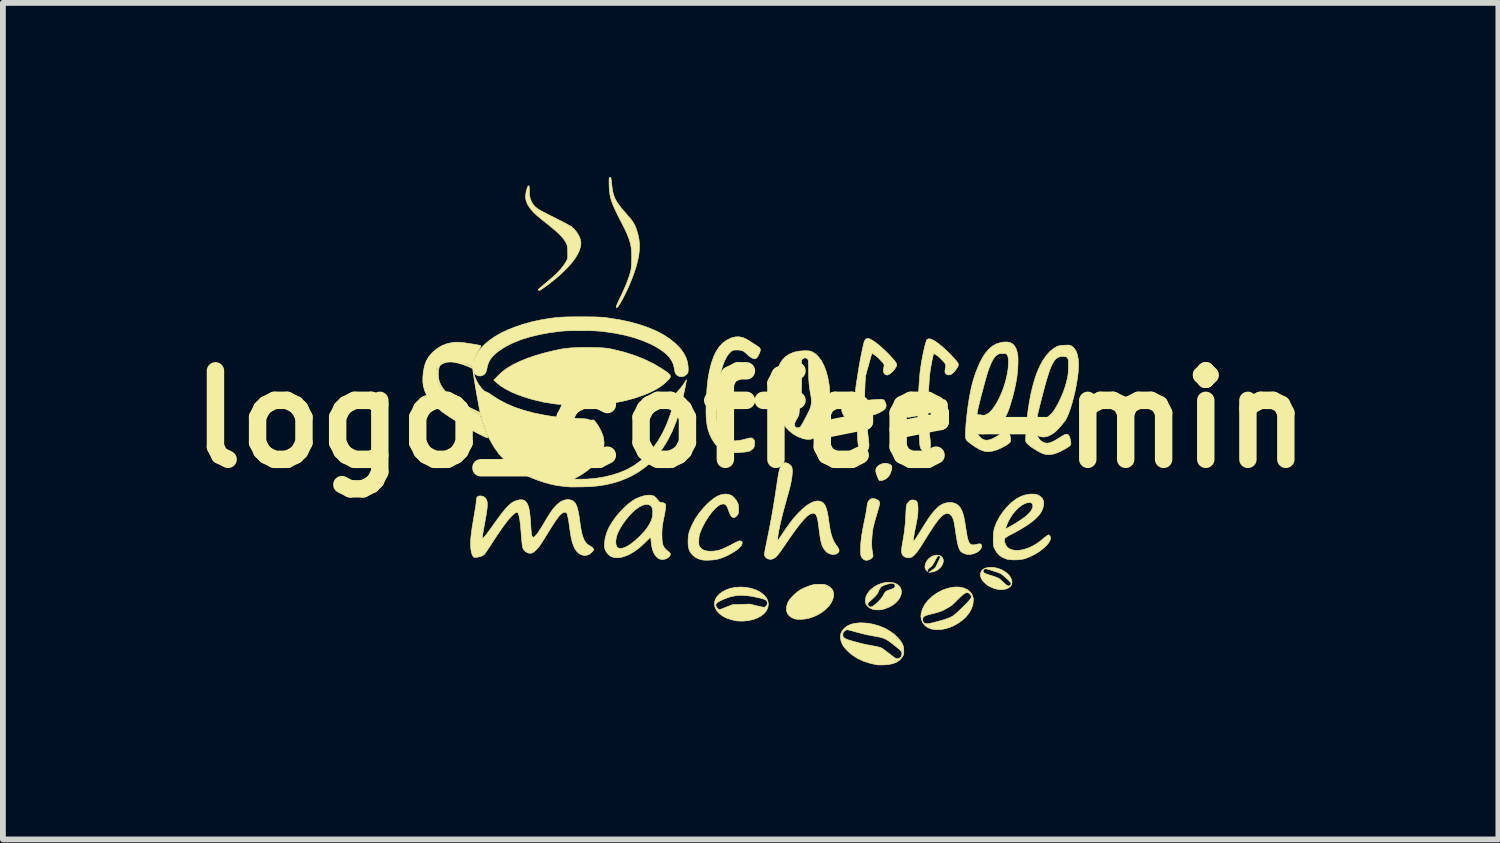
<source format=kicad_pcb>
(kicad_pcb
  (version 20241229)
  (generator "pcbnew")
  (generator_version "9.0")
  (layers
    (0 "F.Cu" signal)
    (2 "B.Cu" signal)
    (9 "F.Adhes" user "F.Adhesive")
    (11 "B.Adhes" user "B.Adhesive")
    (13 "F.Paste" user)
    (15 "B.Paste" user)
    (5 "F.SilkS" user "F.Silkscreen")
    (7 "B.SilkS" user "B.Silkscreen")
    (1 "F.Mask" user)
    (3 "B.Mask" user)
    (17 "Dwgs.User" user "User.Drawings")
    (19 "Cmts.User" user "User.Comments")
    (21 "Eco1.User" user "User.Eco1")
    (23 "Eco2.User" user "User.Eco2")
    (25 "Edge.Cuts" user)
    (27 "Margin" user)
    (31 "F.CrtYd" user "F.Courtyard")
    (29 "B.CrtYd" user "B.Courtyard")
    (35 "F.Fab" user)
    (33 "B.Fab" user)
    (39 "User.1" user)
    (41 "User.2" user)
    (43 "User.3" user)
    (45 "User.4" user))
  (footprint "logo_coffee-min"
    (layer "F.Cu")
    (at 9.877 4.171)
    (property "Reference" "logo_coffee-min" (at 0 0 0) (layer "F.SilkS") (effects (font (size 1.524 1.524) (thickness 0.3))))
    (attr smd)
    (fp_poly (pts (xy 2.384 0.77) (xy 2.385 0.77) (xy 2.412 0.785) (xy 2.428 0.802) (xy 2.433 0.825) (xy 2.429 0.857) (xy 2.425 0.877) (xy 2.403 0.938) (xy 2.373 0.987) (xy 2.335 1.022) (xy 2.319 1.031) (xy 2.28 1.048) (xy 2.246 1.056) (xy 2.222 1.055) (xy 2.212 1.049) (xy 2.202 1.031) (xy 2.189 1.002) (xy 2.176 0.968) (xy 2.164 0.934) (xy 2.156 0.904) (xy 2.155 0.898) (xy 2.156 0.859) (xy 2.174 0.824) (xy 2.207 0.793) (xy 2.236 0.776) (xy 2.287 0.758) (xy 2.336 0.756) (xy 2.384 0.77)) (stroke (width 0.01) (type solid)) (fill yes) (layer "F.SilkS"))
    (fp_poly (pts (xy 1.225 2.841) (xy 1.257 2.843) (xy 1.281 2.847) (xy 1.303 2.854) (xy 1.316 2.86) (xy 1.367 2.89) (xy 1.403 2.926) (xy 1.423 2.969) (xy 1.43 3.02) (xy 1.429 3.035) (xy 1.417 3.095) (xy 1.39 3.155) (xy 1.35 3.212) (xy 1.299 3.266) (xy 1.238 3.316) (xy 1.169 3.359) (xy 1.095 3.395) (xy 1.018 3.422) (xy 0.938 3.439) (xy 0.858 3.445) (xy 0.856 3.445) (xy 0.82 3.444) (xy 0.788 3.442) (xy 0.766 3.439) (xy 0.762 3.438) (xy 0.704 3.413) (xy 0.661 3.38) (xy 0.631 3.338) (xy 0.616 3.289) (xy 0.617 3.235) (xy 0.633 3.175) (xy 0.65 3.137) (xy 0.675 3.1) (xy 0.711 3.058) (xy 0.754 3.016) (xy 0.8 2.976) (xy 0.846 2.943) (xy 0.864 2.932) (xy 0.903 2.913) (xy 0.949 2.892) (xy 0.995 2.874) (xy 1.008 2.869) (xy 1.047 2.856) (xy 1.079 2.848) (xy 1.11 2.843) (xy 1.147 2.841) (xy 1.181 2.841) (xy 1.225 2.841)) (stroke (width 0.01) (type solid)) (fill yes) (layer "F.SilkS"))
    (fp_poly (pts (xy 3.242 2.342) (xy 3.277 2.356) (xy 3.302 2.38) (xy 3.316 2.412) (xy 3.319 2.449) (xy 3.308 2.49) (xy 3.284 2.533) (xy 3.261 2.56) (xy 3.214 2.599) (xy 3.161 2.622) (xy 3.117 2.631) (xy 3.069 2.636) (xy 3.124 2.598) (xy 3.152 2.578) (xy 3.175 2.557) (xy 3.188 2.542) (xy 3.189 2.54) (xy 3.197 2.523) (xy 3.211 2.496) (xy 3.227 2.462) (xy 3.236 2.445) (xy 3.252 2.41) (xy 3.262 2.388) (xy 3.265 2.374) (xy 3.264 2.364) (xy 3.258 2.357) (xy 3.257 2.356) (xy 3.245 2.348) (xy 3.232 2.349) (xy 3.218 2.362) (xy 3.201 2.387) (xy 3.18 2.426) (xy 3.173 2.439) (xy 3.152 2.479) (xy 3.134 2.508) (xy 3.116 2.529) (xy 3.095 2.548) (xy 3.09 2.551) (xy 3.066 2.571) (xy 3.053 2.585) (xy 3.05 2.598) (xy 3.05 2.605) (xy 3.052 2.618) (xy 3.05 2.62) (xy 3.039 2.611) (xy 3.028 2.6) (xy 3.011 2.58) (xy 3.003 2.56) (xy 3.002 2.533) (xy 3.011 2.485) (xy 3.034 2.438) (xy 3.069 2.397) (xy 3.114 2.365) (xy 3.148 2.35) (xy 3.199 2.339) (xy 3.242 2.342)) (stroke (width 0.01) (type solid)) (fill yes) (layer "F.SilkS"))
    (fp_poly (pts (xy 2.14 1.368) (xy 2.173 1.381) (xy 2.201 1.399) (xy 2.217 1.42) (xy 2.217 1.421) (xy 2.221 1.43) (xy 2.222 1.439) (xy 2.222 1.451) (xy 2.22 1.467) (xy 2.214 1.49) (xy 2.206 1.522) (xy 2.193 1.564) (xy 2.177 1.621) (xy 2.169 1.647) (xy 2.153 1.701) (xy 2.137 1.756) (xy 2.124 1.808) (xy 2.113 1.851) (xy 2.108 1.871) (xy 2.1 1.923) (xy 2.093 1.984) (xy 2.088 2.048) (xy 2.085 2.112) (xy 2.085 2.171) (xy 2.088 2.22) (xy 2.091 2.244) (xy 2.099 2.29) (xy 2.104 2.323) (xy 2.107 2.345) (xy 2.106 2.36) (xy 2.101 2.371) (xy 2.094 2.38) (xy 2.087 2.388) (xy 2.063 2.407) (xy 2.036 2.42) (xy 2.032 2.421) (xy 2.009 2.427) (xy 1.992 2.428) (xy 1.972 2.425) (xy 1.968 2.424) (xy 1.94 2.409) (xy 1.914 2.379) (xy 1.906 2.366) (xy 1.9 2.352) (xy 1.896 2.333) (xy 1.894 2.305) (xy 1.893 2.267) (xy 1.893 2.227) (xy 1.895 2.17) (xy 1.899 2.112) (xy 1.906 2.048) (xy 1.916 1.978) (xy 1.93 1.898) (xy 1.948 1.806) (xy 1.964 1.728) (xy 1.975 1.674) (xy 1.985 1.622) (xy 1.993 1.575) (xy 1.999 1.538) (xy 2.002 1.516) (xy 2.006 1.482) (xy 2.012 1.451) (xy 2.016 1.433) (xy 2.034 1.401) (xy 2.061 1.377) (xy 2.094 1.364) (xy 2.106 1.363) (xy 2.14 1.368)) (stroke (width 0.01) (type solid)) (fill yes) (layer "F.SilkS"))
    (fp_poly (pts (xy -2.769 -1.238) (xy -2.654 -1.235) (xy -2.59 -1.233) (xy -2.539 -1.23) (xy -2.495 -1.226) (xy -2.455 -1.221) (xy -2.414 -1.214) (xy -2.367 -1.204) (xy -2.363 -1.203) (xy -2.174 -1.156) (xy -1.994 -1.098) (xy -1.825 -1.031) (xy -1.668 -0.954) (xy -1.525 -0.869) (xy -1.525 -0.868) (xy -1.47 -0.832) (xy -1.429 -0.802) (xy -1.401 -0.778) (xy -1.386 -0.757) (xy -1.381 -0.737) (xy -1.388 -0.717) (xy -1.404 -0.694) (xy -1.43 -0.667) (xy -1.442 -0.655) (xy -1.503 -0.601) (xy -1.571 -0.552) (xy -1.648 -0.506) (xy -1.737 -0.462) (xy -1.84 -0.419) (xy -1.841 -0.419) (xy -1.998 -0.364) (xy -2.163 -0.32) (xy -2.337 -0.285) (xy -2.522 -0.261) (xy -2.718 -0.246) (xy -2.786 -0.242) (xy -2.845 -0.24) (xy -2.897 -0.239) (xy -2.948 -0.239) (xy -3.002 -0.24) (xy -3.062 -0.242) (xy -3.134 -0.245) (xy -3.157 -0.246) (xy -3.363 -0.264) (xy -3.561 -0.295) (xy -3.755 -0.341) (xy -3.886 -0.38) (xy -4.011 -0.425) (xy -4.121 -0.471) (xy -4.216 -0.52) (xy -4.299 -0.572) (xy -4.371 -0.628) (xy -4.381 -0.637) (xy -4.424 -0.675) (xy -4.352 -0.748) (xy -4.293 -0.805) (xy -4.231 -0.855) (xy -4.162 -0.901) (xy -4.081 -0.947) (xy -4.081 -0.947) (xy -3.968 -1.001) (xy -3.839 -1.053) (xy -3.698 -1.101) (xy -3.545 -1.145) (xy -3.384 -1.184) (xy -3.247 -1.212) (xy -3.177 -1.222) (xy -3.093 -1.23) (xy -2.995 -1.235) (xy -2.887 -1.238) (xy -2.769 -1.238)) (stroke (width 0.01) (type solid)) (fill yes) (layer "F.SilkS"))
    (fp_poly (pts (xy 2.439 2.811) (xy 2.491 2.825) (xy 2.535 2.849) (xy 2.569 2.883) (xy 2.587 2.917) (xy 2.597 2.966) (xy 2.591 3.016) (xy 2.572 3.067) (xy 2.539 3.117) (xy 2.494 3.164) (xy 2.437 3.206) (xy 2.383 3.235) (xy 2.301 3.267) (xy 2.221 3.282) (xy 2.143 3.28) (xy 2.118 3.276) (xy 2.065 3.257) (xy 2.019 3.224) (xy 2 3.202) (xy 1.99 3.187) (xy 2.016 3.187) (xy 2.025 3.21) (xy 2.032 3.217) (xy 2.052 3.231) (xy 2.075 3.232) (xy 2.103 3.22) (xy 2.124 3.205) (xy 2.164 3.172) (xy 2.205 3.133) (xy 2.242 3.092) (xy 2.272 3.052) (xy 2.291 3.02) (xy 2.305 2.991) (xy 2.322 2.971) (xy 2.343 2.955) (xy 2.373 2.942) (xy 2.412 2.93) (xy 2.453 2.915) (xy 2.478 2.898) (xy 2.488 2.879) (xy 2.485 2.856) (xy 2.482 2.849) (xy 2.47 2.832) (xy 2.45 2.824) (xy 2.421 2.824) (xy 2.38 2.832) (xy 2.365 2.836) (xy 2.313 2.852) (xy 2.275 2.868) (xy 2.247 2.887) (xy 2.227 2.91) (xy 2.211 2.941) (xy 2.206 2.954) (xy 2.193 2.982) (xy 2.177 3.009) (xy 2.155 3.037) (xy 2.125 3.068) (xy 2.086 3.104) (xy 2.047 3.138) (xy 2.023 3.164) (xy 2.016 3.187) (xy 1.99 3.187) (xy 1.987 3.183) (xy 1.98 3.163) (xy 1.977 3.136) (xy 1.977 3.116) (xy 1.984 3.061) (xy 2.006 3.009) (xy 2.043 2.959) (xy 2.074 2.928) (xy 2.131 2.884) (xy 2.192 2.85) (xy 2.255 2.826) (xy 2.319 2.811) (xy 2.381 2.806) (xy 2.439 2.811)) (stroke (width 0.01) (type solid)) (fill yes) (layer "F.SilkS"))
    (fp_poly (pts (xy 4.204 2.554) (xy 4.265 2.569) (xy 4.323 2.591) (xy 4.374 2.62) (xy 4.419 2.654) (xy 4.456 2.692) (xy 4.482 2.733) (xy 4.498 2.774) (xy 4.501 2.814) (xy 4.491 2.853) (xy 4.474 2.877) (xy 4.443 2.903) (xy 4.401 2.921) (xy 4.35 2.932) (xy 4.296 2.934) (xy 4.259 2.93) (xy 4.192 2.912) (xy 4.131 2.886) (xy 4.076 2.854) (xy 4.029 2.815) (xy 3.992 2.774) (xy 3.967 2.73) (xy 3.956 2.685) (xy 3.958 2.654) (xy 3.971 2.619) (xy 4.005 2.619) (xy 4.016 2.64) (xy 4.02 2.644) (xy 4.033 2.651) (xy 4.059 2.662) (xy 4.094 2.675) (xy 4.134 2.688) (xy 4.136 2.688) (xy 4.187 2.704) (xy 4.226 2.718) (xy 4.256 2.731) (xy 4.281 2.745) (xy 4.304 2.763) (xy 4.331 2.786) (xy 4.354 2.808) (xy 4.386 2.838) (xy 4.41 2.857) (xy 4.428 2.867) (xy 4.443 2.87) (xy 4.445 2.87) (xy 4.469 2.864) (xy 4.479 2.853) (xy 4.484 2.832) (xy 4.483 2.82) (xy 4.475 2.808) (xy 4.456 2.787) (xy 4.431 2.762) (xy 4.401 2.734) (xy 4.37 2.707) (xy 4.341 2.682) (xy 4.318 2.664) (xy 4.305 2.657) (xy 4.285 2.648) (xy 4.253 2.636) (xy 4.215 2.623) (xy 4.173 2.609) (xy 4.131 2.596) (xy 4.094 2.585) (xy 4.064 2.577) (xy 4.046 2.574) (xy 4.045 2.574) (xy 4.021 2.581) (xy 4.007 2.597) (xy 4.005 2.619) (xy 3.971 2.619) (xy 3.973 2.614) (xy 4.002 2.583) (xy 4.045 2.562) (xy 4.101 2.55) (xy 4.141 2.549) (xy 4.204 2.554)) (stroke (width 0.01) (type solid)) (fill yes) (layer "F.SilkS"))
    (fp_poly (pts (xy -0.073 2.895) (xy 0.014 2.912) (xy 0.094 2.94) (xy 0.166 2.976) (xy 0.225 3.022) (xy 0.231 3.027) (xy 0.271 3.074) (xy 0.295 3.122) (xy 0.304 3.173) (xy 0.305 3.184) (xy 0.297 3.241) (xy 0.273 3.293) (xy 0.235 3.341) (xy 0.185 3.383) (xy 0.123 3.418) (xy 0.05 3.446) (xy -0.031 3.465) (xy -0.115 3.474) (xy -0.157 3.475) (xy -0.199 3.474) (xy -0.235 3.472) (xy -0.241 3.471) (xy -0.333 3.451) (xy -0.414 3.424) (xy -0.483 3.388) (xy -0.54 3.345) (xy -0.583 3.297) (xy -0.612 3.242) (xy -0.622 3.203) (xy -0.622 3.193) (xy -0.6 3.193) (xy -0.599 3.209) (xy -0.59 3.23) (xy -0.57 3.258) (xy -0.542 3.274) (xy -0.53 3.276) (xy -0.52 3.273) (xy -0.498 3.265) (xy -0.466 3.253) (xy -0.427 3.238) (xy -0.419 3.234) (xy -0.314 3.192) (xy -0.163 3.187) (xy -0.013 3.182) (xy 0.105 3.212) (xy 0.148 3.222) (xy 0.186 3.23) (xy 0.216 3.235) (xy 0.234 3.237) (xy 0.236 3.236) (xy 0.266 3.218) (xy 0.284 3.19) (xy 0.288 3.167) (xy 0.285 3.143) (xy 0.274 3.124) (xy 0.253 3.108) (xy 0.221 3.095) (xy 0.173 3.081) (xy 0.165 3.079) (xy 0.048 3.053) (xy -0.057 3.037) (xy -0.152 3.031) (xy -0.239 3.035) (xy -0.32 3.049) (xy -0.373 3.064) (xy -0.435 3.087) (xy -0.49 3.11) (xy -0.536 3.133) (xy -0.57 3.154) (xy -0.59 3.173) (xy -0.592 3.177) (xy -0.6 3.193) (xy -0.622 3.193) (xy -0.622 3.151) (xy -0.607 3.1) (xy -0.578 3.052) (xy -0.536 3.007) (xy -0.482 2.968) (xy -0.418 2.935) (xy -0.346 2.91) (xy -0.342 2.909) (xy -0.253 2.893) (xy -0.163 2.888) (xy -0.073 2.895)) (stroke (width 0.01) (type solid)) (fill yes) (layer "F.SilkS"))
    (fp_poly (pts (xy -2.416 -4.165) (xy -2.411 -4.163) (xy -2.407 -4.156) (xy -2.404 -4.143) (xy -2.4 -4.121) (xy -2.396 -4.088) (xy -2.391 -4.042) (xy -2.387 -4.005) (xy -2.377 -3.931) (xy -2.361 -3.866) (xy -2.337 -3.805) (xy -2.305 -3.745) (xy -2.262 -3.683) (xy -2.207 -3.615) (xy -2.2 -3.606) (xy -2.167 -3.568) (xy -2.132 -3.528) (xy -2.1 -3.49) (xy -2.086 -3.475) (xy -2.047 -3.427) (xy -2.017 -3.383) (xy -1.993 -3.338) (xy -1.972 -3.285) (xy -1.969 -3.277) (xy -1.941 -3.188) (xy -1.923 -3.101) (xy -1.914 -3.013) (xy -1.916 -2.922) (xy -1.926 -2.827) (xy -1.947 -2.724) (xy -1.978 -2.611) (xy -2.008 -2.519) (xy -2.041 -2.43) (xy -2.079 -2.336) (xy -2.121 -2.24) (xy -2.166 -2.148) (xy -2.21 -2.062) (xy -2.253 -1.987) (xy -2.266 -1.966) (xy -2.286 -1.938) (xy -2.301 -1.924) (xy -2.311 -1.925) (xy -2.316 -1.933) (xy -2.314 -1.944) (xy -2.305 -1.967) (xy -2.291 -2.001) (xy -2.272 -2.042) (xy -2.25 -2.09) (xy -2.24 -2.109) (xy -2.196 -2.204) (xy -2.155 -2.296) (xy -2.121 -2.382) (xy -2.093 -2.46) (xy -2.072 -2.527) (xy -2.062 -2.567) (xy -2.056 -2.608) (xy -2.052 -2.661) (xy -2.05 -2.722) (xy -2.049 -2.787) (xy -2.05 -2.851) (xy -2.053 -2.91) (xy -2.058 -2.959) (xy -2.058 -2.961) (xy -2.072 -3.033) (xy -2.096 -3.111) (xy -2.13 -3.197) (xy -2.175 -3.293) (xy -2.19 -3.323) (xy -2.239 -3.417) (xy -2.28 -3.498) (xy -2.314 -3.567) (xy -2.342 -3.627) (xy -2.365 -3.678) (xy -2.383 -3.723) (xy -2.397 -3.764) (xy -2.409 -3.802) (xy -2.417 -3.839) (xy -2.424 -3.876) (xy -2.429 -3.916) (xy -2.433 -3.96) (xy -2.437 -4.013) (xy -2.438 -4.064) (xy -2.438 -4.079) (xy -2.438 -4.118) (xy -2.437 -4.143) (xy -2.435 -4.158) (xy -2.43 -4.164) (xy -2.423 -4.166) (xy -2.422 -4.166) (xy -2.416 -4.165)) (stroke (width 0.01) (type solid)) (fill yes) (layer "F.SilkS"))
    (fp_poly (pts (xy -3.817 -4.018) (xy -3.813 -4.005) (xy -3.812 -3.981) (xy -3.811 -3.942) (xy -3.811 -3.939) (xy -3.809 -3.868) (xy -3.798 -3.809) (xy -3.778 -3.756) (xy -3.761 -3.724) (xy -3.745 -3.701) (xy -3.729 -3.681) (xy -3.712 -3.662) (xy -3.69 -3.643) (xy -3.663 -3.624) (xy -3.63 -3.603) (xy -3.587 -3.579) (xy -3.534 -3.551) (xy -3.469 -3.518) (xy -3.393 -3.48) (xy -3.328 -3.447) (xy -3.267 -3.416) (xy -3.211 -3.387) (xy -3.162 -3.361) (xy -3.123 -3.339) (xy -3.095 -3.322) (xy -3.082 -3.314) (xy -3.035 -3.271) (xy -2.993 -3.219) (xy -2.959 -3.163) (xy -2.935 -3.106) (xy -2.923 -3.053) (xy -2.923 -3.052) (xy -2.926 -2.988) (xy -2.945 -2.919) (xy -2.978 -2.845) (xy -3.026 -2.767) (xy -3.089 -2.685) (xy -3.165 -2.601) (xy -3.255 -2.513) (xy -3.357 -2.423) (xy -3.472 -2.332) (xy -3.553 -2.273) (xy -3.589 -2.247) (xy -3.615 -2.23) (xy -3.632 -2.221) (xy -3.643 -2.219) (xy -3.651 -2.223) (xy -3.652 -2.224) (xy -3.658 -2.235) (xy -3.658 -2.235) (xy -3.651 -2.242) (xy -3.634 -2.258) (xy -3.607 -2.281) (xy -3.574 -2.309) (xy -3.535 -2.341) (xy -3.531 -2.345) (xy -3.432 -2.428) (xy -3.349 -2.504) (xy -3.281 -2.575) (xy -3.227 -2.641) (xy -3.186 -2.702) (xy -3.171 -2.73) (xy -3.161 -2.75) (xy -3.155 -2.768) (xy -3.151 -2.787) (xy -3.15 -2.812) (xy -3.15 -2.846) (xy -3.151 -2.885) (xy -3.152 -2.93) (xy -3.154 -2.962) (xy -3.158 -2.986) (xy -3.163 -3.006) (xy -3.172 -3.025) (xy -3.183 -3.047) (xy -3.201 -3.077) (xy -3.222 -3.107) (xy -3.247 -3.138) (xy -3.278 -3.171) (xy -3.315 -3.207) (xy -3.361 -3.248) (xy -3.416 -3.295) (xy -3.482 -3.349) (xy -3.56 -3.411) (xy -3.592 -3.436) (xy -3.677 -3.507) (xy -3.747 -3.574) (xy -3.801 -3.638) (xy -3.841 -3.7) (xy -3.865 -3.758) (xy -3.874 -3.799) (xy -3.876 -3.833) (xy -3.873 -3.872) (xy -3.867 -3.913) (xy -3.858 -3.952) (xy -3.848 -3.985) (xy -3.837 -4.009) (xy -3.825 -4.021) (xy -3.822 -4.022) (xy -3.817 -4.018)) (stroke (width 0.01) (type solid)) (fill yes) (layer "F.SilkS"))
    (fp_poly (pts (xy 3.611 2.891) (xy 3.677 2.907) (xy 3.735 2.935) (xy 3.763 2.956) (xy 3.799 2.994) (xy 3.821 3.033) (xy 3.833 3.078) (xy 3.835 3.122) (xy 3.827 3.192) (xy 3.803 3.262) (xy 3.765 3.331) (xy 3.713 3.396) (xy 3.649 3.457) (xy 3.574 3.511) (xy 3.493 3.557) (xy 3.413 3.589) (xy 3.332 3.611) (xy 3.252 3.623) (xy 3.176 3.622) (xy 3.115 3.612) (xy 3.054 3.588) (xy 3.004 3.553) (xy 2.966 3.508) (xy 2.942 3.455) (xy 2.941 3.451) (xy 2.963 3.451) (xy 2.966 3.478) (xy 2.976 3.495) (xy 2.986 3.505) (xy 2.999 3.514) (xy 3.015 3.519) (xy 3.035 3.521) (xy 3.062 3.518) (xy 3.098 3.512) (xy 3.146 3.501) (xy 3.192 3.489) (xy 3.27 3.469) (xy 3.334 3.45) (xy 3.386 3.432) (xy 3.429 3.415) (xy 3.467 3.396) (xy 3.484 3.386) (xy 3.504 3.371) (xy 3.534 3.346) (xy 3.57 3.314) (xy 3.611 3.275) (xy 3.655 3.233) (xy 3.666 3.221) (xy 3.713 3.174) (xy 3.749 3.136) (xy 3.774 3.107) (xy 3.791 3.085) (xy 3.799 3.067) (xy 3.801 3.052) (xy 3.797 3.038) (xy 3.787 3.024) (xy 3.783 3.019) (xy 3.764 2.998) (xy 3.743 2.987) (xy 3.72 2.985) (xy 3.693 2.995) (xy 3.661 3.016) (xy 3.622 3.05) (xy 3.575 3.095) (xy 3.564 3.106) (xy 3.525 3.146) (xy 3.492 3.177) (xy 3.464 3.201) (xy 3.435 3.222) (xy 3.402 3.242) (xy 3.371 3.259) (xy 3.333 3.28) (xy 3.3 3.296) (xy 3.268 3.309) (xy 3.233 3.321) (xy 3.19 3.333) (xy 3.139 3.346) (xy 3.08 3.361) (xy 3.036 3.373) (xy 3.005 3.385) (xy 2.984 3.397) (xy 2.971 3.411) (xy 2.965 3.427) (xy 2.963 3.448) (xy 2.963 3.451) (xy 2.941 3.451) (xy 2.932 3.396) (xy 2.937 3.338) (xy 2.959 3.267) (xy 2.996 3.195) (xy 3.047 3.127) (xy 3.109 3.065) (xy 3.142 3.038) (xy 3.219 2.986) (xy 3.299 2.944) (xy 3.38 2.914) (xy 3.461 2.895) (xy 3.538 2.887) (xy 3.611 2.891)) (stroke (width 0.01) (type solid)) (fill yes) (layer "F.SilkS"))
    (fp_poly (pts (xy -0.374 1.294) (xy -0.326 1.314) (xy -0.284 1.349) (xy -0.245 1.4) (xy -0.228 1.431) (xy -0.218 1.453) (xy -0.211 1.476) (xy -0.208 1.505) (xy -0.208 1.545) (xy -0.208 1.546) (xy -0.208 1.584) (xy -0.21 1.609) (xy -0.214 1.626) (xy -0.222 1.641) (xy -0.234 1.657) (xy -0.262 1.683) (xy -0.289 1.693) (xy -0.314 1.687) (xy -0.338 1.664) (xy -0.36 1.625) (xy -0.377 1.578) (xy -0.396 1.524) (xy -0.417 1.487) (xy -0.44 1.465) (xy -0.468 1.457) (xy -0.501 1.462) (xy -0.53 1.473) (xy -0.569 1.499) (xy -0.612 1.538) (xy -0.658 1.588) (xy -0.704 1.647) (xy -0.749 1.713) (xy -0.791 1.783) (xy -0.829 1.855) (xy -0.86 1.927) (xy -0.865 1.94) (xy -0.879 1.979) (xy -0.887 2.011) (xy -0.891 2.045) (xy -0.893 2.088) (xy -0.893 2.092) (xy -0.893 2.13) (xy -0.891 2.156) (xy -0.887 2.174) (xy -0.88 2.189) (xy -0.869 2.205) (xy -0.869 2.205) (xy -0.839 2.235) (xy -0.801 2.256) (xy -0.754 2.268) (xy -0.694 2.272) (xy -0.69 2.272) (xy -0.637 2.27) (xy -0.587 2.263) (xy -0.535 2.251) (xy -0.481 2.231) (xy -0.42 2.204) (xy -0.35 2.169) (xy -0.301 2.142) (xy -0.252 2.117) (xy -0.217 2.101) (xy -0.192 2.094) (xy -0.183 2.093) (xy -0.158 2.101) (xy -0.146 2.118) (xy -0.147 2.143) (xy -0.161 2.173) (xy -0.183 2.201) (xy -0.219 2.235) (xy -0.268 2.27) (xy -0.326 2.306) (xy -0.389 2.34) (xy -0.455 2.37) (xy -0.518 2.394) (xy -0.55 2.404) (xy -0.599 2.415) (xy -0.657 2.422) (xy -0.717 2.426) (xy -0.775 2.427) (xy -0.824 2.423) (xy -0.847 2.419) (xy -0.906 2.401) (xy -0.954 2.375) (xy -0.998 2.339) (xy -1 2.337) (xy -1.033 2.298) (xy -1.056 2.257) (xy -1.07 2.209) (xy -1.077 2.151) (xy -1.078 2.104) (xy -1.076 2.045) (xy -1.07 1.993) (xy -1.059 1.943) (xy -1.041 1.891) (xy -1.015 1.831) (xy -1.004 1.808) (xy -0.953 1.712) (xy -0.892 1.623) (xy -0.821 1.536) (xy -0.758 1.469) (xy -0.691 1.406) (xy -0.629 1.358) (xy -0.57 1.322) (xy -0.514 1.3) (xy -0.458 1.289) (xy -0.428 1.287) (xy -0.374 1.294)) (stroke (width 0.01) (type solid)) (fill yes) (layer "F.SilkS"))
    (fp_poly (pts (xy 2.015 3.511) (xy 2.116 3.53) (xy 2.214 3.559) (xy 2.307 3.597) (xy 2.394 3.645) (xy 2.471 3.7) (xy 2.536 3.761) (xy 2.589 3.828) (xy 2.61 3.864) (xy 2.624 3.893) (xy 2.632 3.918) (xy 2.636 3.946) (xy 2.637 3.984) (xy 2.637 3.984) (xy 2.637 4.02) (xy 2.634 4.046) (xy 2.627 4.066) (xy 2.616 4.088) (xy 2.612 4.093) (xy 2.573 4.141) (xy 2.52 4.179) (xy 2.455 4.206) (xy 2.376 4.223) (xy 2.294 4.229) (xy 2.253 4.23) (xy 2.217 4.23) (xy 2.189 4.229) (xy 2.176 4.228) (xy 2.052 4.2) (xy 1.941 4.164) (xy 1.843 4.119) (xy 1.757 4.064) (xy 1.68 4) (xy 1.676 3.996) (xy 1.631 3.949) (xy 1.598 3.907) (xy 1.575 3.866) (xy 1.558 3.82) (xy 1.554 3.806) (xy 1.545 3.746) (xy 1.55 3.708) (xy 1.588 3.708) (xy 1.589 3.727) (xy 1.594 3.744) (xy 1.604 3.758) (xy 1.621 3.771) (xy 1.646 3.784) (xy 1.681 3.798) (xy 1.727 3.812) (xy 1.787 3.829) (xy 1.861 3.849) (xy 1.88 3.853) (xy 1.935 3.867) (xy 1.995 3.88) (xy 2.054 3.892) (xy 2.104 3.901) (xy 2.114 3.903) (xy 2.157 3.911) (xy 2.198 3.92) (xy 2.231 3.929) (xy 2.25 3.936) (xy 2.269 3.947) (xy 2.297 3.967) (xy 2.332 3.993) (xy 2.369 4.021) (xy 2.376 4.027) (xy 2.422 4.063) (xy 2.458 4.09) (xy 2.485 4.109) (xy 2.506 4.119) (xy 2.524 4.123) (xy 2.54 4.121) (xy 2.557 4.115) (xy 2.561 4.113) (xy 2.587 4.093) (xy 2.602 4.064) (xy 2.606 4.03) (xy 2.597 3.999) (xy 2.586 3.987) (xy 2.564 3.966) (xy 2.534 3.94) (xy 2.499 3.911) (xy 2.462 3.881) (xy 2.424 3.852) (xy 2.39 3.827) (xy 2.361 3.807) (xy 2.361 3.807) (xy 2.309 3.779) (xy 2.254 3.759) (xy 2.19 3.744) (xy 2.174 3.742) (xy 1.999 3.71) (xy 1.82 3.664) (xy 1.808 3.661) (xy 1.763 3.648) (xy 1.722 3.637) (xy 1.689 3.629) (xy 1.668 3.624) (xy 1.662 3.624) (xy 1.644 3.629) (xy 1.622 3.643) (xy 1.615 3.648) (xy 1.597 3.668) (xy 1.589 3.689) (xy 1.588 3.708) (xy 1.55 3.708) (xy 1.553 3.692) (xy 1.576 3.642) (xy 1.614 3.597) (xy 1.663 3.56) (xy 1.72 3.533) (xy 1.787 3.515) (xy 1.866 3.506) (xy 1.913 3.505) (xy 2.015 3.511)) (stroke (width 0.01) (type solid)) (fill yes) (layer "F.SilkS"))
    (fp_poly (pts (xy -0.132 -1.407) (xy -0.066 -1.377) (xy -0.021 -1.349) (xy 0.013 -1.327) (xy 0.053 -1.301) (xy 0.089 -1.278) (xy 0.128 -1.253) (xy 0.153 -1.232) (xy 0.166 -1.211) (xy 0.168 -1.188) (xy 0.16 -1.159) (xy 0.148 -1.129) (xy 0.125 -1.084) (xy 0.102 -1.055) (xy 0.078 -1.042) (xy 0.07 -1.041) (xy 0.039 -1.048) (xy 0.002 -1.068) (xy -0.039 -1.099) (xy -0.064 -1.123) (xy -0.1 -1.156) (xy -0.132 -1.177) (xy -0.167 -1.189) (xy -0.21 -1.193) (xy -0.236 -1.194) (xy -0.271 -1.193) (xy -0.294 -1.191) (xy -0.312 -1.185) (xy -0.329 -1.174) (xy -0.339 -1.166) (xy -0.378 -1.127) (xy -0.415 -1.072) (xy -0.45 -1.003) (xy -0.481 -0.921) (xy -0.508 -0.828) (xy -0.533 -0.724) (xy -0.553 -0.611) (xy -0.569 -0.49) (xy -0.58 -0.364) (xy -0.586 -0.232) (xy -0.587 -0.157) (xy -0.587 -0.096) (xy -0.587 -0.048) (xy -0.585 -0.011) (xy -0.583 0.019) (xy -0.578 0.046) (xy -0.573 0.073) (xy -0.569 0.087) (xy -0.544 0.168) (xy -0.513 0.233) (xy -0.476 0.286) (xy -0.43 0.326) (xy -0.393 0.348) (xy -0.367 0.36) (xy -0.347 0.368) (xy -0.326 0.372) (xy -0.301 0.372) (xy -0.265 0.371) (xy -0.256 0.37) (xy -0.171 0.36) (xy -0.085 0.34) (xy -0.043 0.328) (xy -0.012 0.322) (xy 0.009 0.321) (xy 0.026 0.325) (xy 0.04 0.334) (xy 0.049 0.341) (xy 0.059 0.354) (xy 0.065 0.369) (xy 0.067 0.394) (xy 0.068 0.415) (xy 0.065 0.455) (xy 0.056 0.484) (xy 0.038 0.508) (xy 0.007 0.532) (xy 0.003 0.535) (xy -0.014 0.545) (xy -0.034 0.553) (xy -0.06 0.558) (xy -0.095 0.563) (xy -0.127 0.566) (xy -0.205 0.572) (xy -0.277 0.575) (xy -0.339 0.574) (xy -0.39 0.57) (xy -0.427 0.563) (xy -0.432 0.562) (xy -0.496 0.531) (xy -0.557 0.484) (xy -0.612 0.423) (xy -0.661 0.35) (xy -0.682 0.309) (xy -0.708 0.251) (xy -0.729 0.192) (xy -0.745 0.132) (xy -0.756 0.066) (xy -0.764 -0.006) (xy -0.768 -0.087) (xy -0.768 -0.18) (xy -0.765 -0.286) (xy -0.764 -0.328) (xy -0.758 -0.431) (xy -0.753 -0.52) (xy -0.746 -0.599) (xy -0.738 -0.67) (xy -0.728 -0.736) (xy -0.716 -0.801) (xy -0.706 -0.849) (xy -0.675 -0.972) (xy -0.637 -1.079) (xy -0.592 -1.172) (xy -0.54 -1.25) (xy -0.48 -1.314) (xy -0.413 -1.363) (xy -0.338 -1.4) (xy -0.323 -1.405) (xy -0.258 -1.42) (xy -0.195 -1.421) (xy -0.132 -1.407)) (stroke (width 0.01) (type solid)) (fill yes) (layer "F.SilkS"))
    (fp_poly (pts (xy 4.911 1.292) (xy 4.956 1.307) (xy 4.994 1.333) (xy 5.01 1.349) (xy 5.03 1.375) (xy 5.041 1.401) (xy 5.046 1.431) (xy 5.044 1.472) (xy 5.044 1.477) (xy 5.033 1.533) (xy 5.008 1.589) (xy 4.97 1.646) (xy 4.917 1.703) (xy 4.849 1.761) (xy 4.766 1.821) (xy 4.667 1.883) (xy 4.552 1.947) (xy 4.494 1.977) (xy 4.453 1.999) (xy 4.418 2.02) (xy 4.392 2.037) (xy 4.378 2.048) (xy 4.377 2.05) (xy 4.37 2.079) (xy 4.374 2.114) (xy 4.387 2.151) (xy 4.408 2.187) (xy 4.434 2.215) (xy 4.444 2.223) (xy 4.494 2.246) (xy 4.554 2.257) (xy 4.62 2.257) (xy 4.692 2.245) (xy 4.767 2.222) (xy 4.843 2.189) (xy 4.919 2.146) (xy 4.992 2.094) (xy 5.017 2.073) (xy 5.056 2.04) (xy 5.09 2.014) (xy 5.116 1.997) (xy 5.131 1.99) (xy 5.132 1.99) (xy 5.146 1.997) (xy 5.158 2.015) (xy 5.164 2.037) (xy 5.165 2.041) (xy 5.159 2.077) (xy 5.14 2.115) (xy 5.108 2.158) (xy 5.102 2.165) (xy 5.044 2.22) (xy 4.975 2.274) (xy 4.898 2.322) (xy 4.818 2.363) (xy 4.74 2.394) (xy 4.704 2.405) (xy 4.651 2.414) (xy 4.59 2.42) (xy 4.527 2.421) (xy 4.468 2.417) (xy 4.418 2.41) (xy 4.411 2.408) (xy 4.342 2.381) (xy 4.284 2.342) (xy 4.236 2.289) (xy 4.205 2.235) (xy 4.194 2.213) (xy 4.187 2.194) (xy 4.182 2.174) (xy 4.18 2.151) (xy 4.179 2.119) (xy 4.178 2.075) (xy 4.178 2.062) (xy 4.18 1.997) (xy 4.184 1.943) (xy 4.193 1.895) (xy 4.197 1.882) (xy 4.39 1.882) (xy 4.39 1.888) (xy 4.398 1.884) (xy 4.418 1.873) (xy 4.447 1.857) (xy 4.481 1.838) (xy 4.485 1.836) (xy 4.585 1.777) (xy 4.668 1.722) (xy 4.737 1.671) (xy 4.79 1.623) (xy 4.828 1.579) (xy 4.851 1.537) (xy 4.86 1.498) (xy 4.86 1.493) (xy 4.854 1.461) (xy 4.838 1.441) (xy 4.809 1.433) (xy 4.778 1.434) (xy 4.727 1.448) (xy 4.674 1.477) (xy 4.619 1.518) (xy 4.566 1.57) (xy 4.515 1.63) (xy 4.471 1.697) (xy 4.445 1.744) (xy 4.431 1.774) (xy 4.417 1.806) (xy 4.405 1.837) (xy 4.395 1.864) (xy 4.39 1.882) (xy 4.197 1.882) (xy 4.207 1.848) (xy 4.228 1.796) (xy 4.242 1.763) (xy 4.294 1.667) (xy 4.358 1.576) (xy 4.423 1.501) (xy 4.5 1.427) (xy 4.577 1.369) (xy 4.654 1.328) (xy 4.734 1.301) (xy 4.817 1.288) (xy 4.854 1.287) (xy 4.911 1.292)) (stroke (width 0.01) (type solid)) (fill yes) (layer "F.SilkS"))
    (fp_poly (pts (xy 0.611 0.749) (xy 0.655 0.766) (xy 0.69 0.793) (xy 0.707 0.819) (xy 0.716 0.851) (xy 0.719 0.898) (xy 0.715 0.957) (xy 0.706 1.027) (xy 0.691 1.106) (xy 0.671 1.192) (xy 0.647 1.28) (xy 0.618 1.38) (xy 0.591 1.478) (xy 0.565 1.575) (xy 0.542 1.667) (xy 0.521 1.753) (xy 0.503 1.832) (xy 0.488 1.902) (xy 0.477 1.961) (xy 0.47 2.008) (xy 0.467 2.041) (xy 0.467 2.048) (xy 0.47 2.087) (xy 0.558 1.956) (xy 0.613 1.875) (xy 0.662 1.807) (xy 0.707 1.747) (xy 0.751 1.692) (xy 0.797 1.641) (xy 0.838 1.598) (xy 0.907 1.532) (xy 0.973 1.479) (xy 1.036 1.441) (xy 1.094 1.416) (xy 1.148 1.406) (xy 1.196 1.411) (xy 1.237 1.43) (xy 1.252 1.442) (xy 1.272 1.466) (xy 1.29 1.5) (xy 1.306 1.544) (xy 1.321 1.599) (xy 1.334 1.669) (xy 1.346 1.753) (xy 1.35 1.78) (xy 1.365 1.879) (xy 1.383 1.964) (xy 1.405 2.037) (xy 1.432 2.099) (xy 1.464 2.154) (xy 1.483 2.179) (xy 1.51 2.218) (xy 1.523 2.249) (xy 1.522 2.274) (xy 1.507 2.296) (xy 1.491 2.309) (xy 1.452 2.326) (xy 1.408 2.328) (xy 1.362 2.317) (xy 1.318 2.293) (xy 1.29 2.268) (xy 1.265 2.237) (xy 1.244 2.201) (xy 1.226 2.157) (xy 1.211 2.104) (xy 1.198 2.039) (xy 1.186 1.96) (xy 1.178 1.892) (xy 1.168 1.815) (xy 1.159 1.752) (xy 1.148 1.704) (xy 1.137 1.668) (xy 1.124 1.642) (xy 1.108 1.627) (xy 1.09 1.619) (xy 1.073 1.617) (xy 1.047 1.622) (xy 1.017 1.636) (xy 0.982 1.661) (xy 0.944 1.697) (xy 0.9 1.744) (xy 0.85 1.804) (xy 0.794 1.876) (xy 0.732 1.961) (xy 0.662 2.06) (xy 0.595 2.159) (xy 0.563 2.205) (xy 0.532 2.25) (xy 0.503 2.29) (xy 0.479 2.322) (xy 0.462 2.342) (xy 0.421 2.382) (xy 0.38 2.405) (xy 0.34 2.412) (xy 0.299 2.404) (xy 0.291 2.401) (xy 0.259 2.379) (xy 0.241 2.349) (xy 0.237 2.323) (xy 0.239 2.307) (xy 0.244 2.277) (xy 0.251 2.237) (xy 0.261 2.187) (xy 0.272 2.132) (xy 0.279 2.097) (xy 0.317 1.913) (xy 0.354 1.719) (xy 0.389 1.519) (xy 0.421 1.321) (xy 0.444 1.168) (xy 0.457 1.084) (xy 0.467 1.014) (xy 0.477 0.958) (xy 0.485 0.912) (xy 0.494 0.877) (xy 0.502 0.849) (xy 0.511 0.827) (xy 0.522 0.81) (xy 0.533 0.795) (xy 0.547 0.78) (xy 0.568 0.76) (xy 0.584 0.75) (xy 0.598 0.747) (xy 0.611 0.749)) (stroke (width 0.01) (type solid)) (fill yes) (layer "F.SilkS"))
    (fp_poly (pts (xy -1.679 1.316) (xy -1.641 1.339) (xy -1.611 1.374) (xy -1.607 1.38) (xy -1.589 1.404) (xy -1.572 1.421) (xy -1.563 1.426) (xy -1.542 1.43) (xy -1.516 1.434) (xy -1.514 1.435) (xy -1.491 1.442) (xy -1.474 1.452) (xy -1.472 1.453) (xy -1.465 1.47) (xy -1.463 1.499) (xy -1.467 1.541) (xy -1.475 1.597) (xy -1.485 1.649) (xy -1.499 1.718) (xy -1.51 1.775) (xy -1.518 1.823) (xy -1.523 1.865) (xy -1.526 1.906) (xy -1.527 1.948) (xy -1.528 1.99) (xy -1.526 2.058) (xy -1.522 2.113) (xy -1.513 2.156) (xy -1.499 2.191) (xy -1.479 2.22) (xy -1.461 2.239) (xy -1.437 2.261) (xy -1.414 2.28) (xy -1.403 2.289) (xy -1.386 2.307) (xy -1.382 2.329) (xy -1.391 2.351) (xy -1.41 2.373) (xy -1.436 2.392) (xy -1.468 2.406) (xy -1.503 2.414) (xy -1.54 2.414) (xy -1.548 2.412) (xy -1.584 2.399) (xy -1.617 2.373) (xy -1.649 2.334) (xy -1.649 2.333) (xy -1.67 2.297) (xy -1.686 2.256) (xy -1.699 2.208) (xy -1.708 2.148) (xy -1.712 2.116) (xy -1.722 2.026) (xy -1.812 2.116) (xy -1.905 2.203) (xy -1.997 2.272) (xy -2.087 2.326) (xy -2.176 2.362) (xy -2.224 2.376) (xy -2.294 2.385) (xy -2.355 2.38) (xy -2.408 2.361) (xy -2.452 2.327) (xy -2.489 2.278) (xy -2.498 2.261) (xy -2.509 2.237) (xy -2.514 2.212) (xy -2.517 2.181) (xy -2.517 2.151) (xy -2.513 2.109) (xy -2.323 2.109) (xy -2.318 2.158) (xy -2.304 2.194) (xy -2.28 2.216) (xy -2.246 2.224) (xy -2.203 2.218) (xy -2.15 2.199) (xy -2.138 2.193) (xy -2.091 2.166) (xy -2.038 2.128) (xy -1.981 2.081) (xy -1.924 2.029) (xy -1.87 1.974) (xy -1.821 1.919) (xy -1.781 1.867) (xy -1.777 1.861) (xy -1.738 1.798) (xy -1.71 1.741) (xy -1.694 1.686) (xy -1.687 1.63) (xy -1.686 1.629) (xy -1.686 1.575) (xy -1.692 1.534) (xy -1.706 1.504) (xy -1.727 1.483) (xy -1.73 1.481) (xy -1.769 1.467) (xy -1.814 1.467) (xy -1.864 1.481) (xy -1.918 1.509) (xy -1.974 1.548) (xy -2.033 1.599) (xy -2.091 1.661) (xy -2.15 1.732) (xy -2.207 1.812) (xy -2.243 1.869) (xy -2.284 1.947) (xy -2.31 2.019) (xy -2.322 2.087) (xy -2.323 2.109) (xy -2.513 2.109) (xy -2.508 2.059) (xy -2.483 1.965) (xy -2.443 1.868) (xy -2.386 1.771) (xy -2.315 1.672) (xy -2.229 1.574) (xy -2.179 1.524) (xy -2.109 1.46) (xy -2.045 1.41) (xy -1.982 1.371) (xy -1.917 1.342) (xy -1.849 1.321) (xy -1.848 1.32) (xy -1.781 1.307) (xy -1.725 1.306) (xy -1.679 1.316)) (stroke (width 0.01) (type solid)) (fill yes) (layer "F.SilkS"))
    (fp_poly (pts (xy 0.972 -1.18) (xy 1.004 -1.178) (xy 1.028 -1.174) (xy 1.049 -1.168) (xy 1.058 -1.163) (xy 1.117 -1.127) (xy 1.171 -1.074) (xy 1.219 -1.008) (xy 1.262 -0.927) (xy 1.298 -0.834) (xy 1.327 -0.729) (xy 1.349 -0.612) (xy 1.351 -0.601) (xy 1.359 -0.53) (xy 1.362 -0.451) (xy 1.361 -0.37) (xy 1.357 -0.292) (xy 1.348 -0.221) (xy 1.338 -0.169) (xy 1.309 -0.064) (xy 1.276 0.032) (xy 1.239 0.118) (xy 1.201 0.191) (xy 1.16 0.252) (xy 1.118 0.299) (xy 1.076 0.33) (xy 1.073 0.331) (xy 1.034 0.343) (xy 0.984 0.346) (xy 0.929 0.339) (xy 0.908 0.334) (xy 0.819 0.302) (xy 0.736 0.256) (xy 0.663 0.198) (xy 0.6 0.13) (xy 0.575 0.091) (xy 0.754 0.091) (xy 0.761 0.118) (xy 0.779 0.138) (xy 0.805 0.147) (xy 0.833 0.145) (xy 0.853 0.134) (xy 0.861 0.123) (xy 0.876 0.099) (xy 0.895 0.067) (xy 0.917 0.027) (xy 0.94 -0.016) (xy 0.963 -0.06) (xy 0.985 -0.102) (xy 1.003 -0.139) (xy 1.017 -0.168) (xy 1.018 -0.172) (xy 1.036 -0.223) (xy 1.046 -0.273) (xy 1.047 -0.326) (xy 1.041 -0.386) (xy 1.034 -0.423) (xy 1.022 -0.489) (xy 1.013 -0.552) (xy 1.006 -0.617) (xy 1.001 -0.688) (xy 0.998 -0.768) (xy 0.997 -0.85) (xy 0.996 -0.908) (xy 0.995 -0.953) (xy 0.994 -0.985) (xy 0.992 -1.007) (xy 0.99 -1.022) (xy 0.986 -1.031) (xy 0.98 -1.037) (xy 0.975 -1.042) (xy 0.946 -1.057) (xy 0.917 -1.056) (xy 0.892 -1.039) (xy 0.889 -1.035) (xy 0.883 -1.028) (xy 0.879 -1.02) (xy 0.876 -1.011) (xy 0.874 -0.996) (xy 0.873 -0.975) (xy 0.872 -0.946) (xy 0.872 -0.907) (xy 0.873 -0.855) (xy 0.875 -0.788) (xy 0.875 -0.765) (xy 0.877 -0.692) (xy 0.878 -0.632) (xy 0.878 -0.582) (xy 0.877 -0.538) (xy 0.875 -0.496) (xy 0.872 -0.453) (xy 0.867 -0.405) (xy 0.861 -0.348) (xy 0.855 -0.294) (xy 0.83 -0.07) (xy 0.792 -0.002) (xy 0.774 0.032) (xy 0.761 0.062) (xy 0.754 0.085) (xy 0.754 0.091) (xy 0.575 0.091) (xy 0.552 0.053) (xy 0.55 0.05) (xy 0.525 -0.004) (xy 0.504 -0.06) (xy 0.488 -0.119) (xy 0.475 -0.184) (xy 0.465 -0.256) (xy 0.459 -0.339) (xy 0.455 -0.434) (xy 0.453 -0.542) (xy 0.453 -0.572) (xy 0.453 -0.645) (xy 0.454 -0.703) (xy 0.454 -0.749) (xy 0.456 -0.785) (xy 0.458 -0.812) (xy 0.461 -0.834) (xy 0.464 -0.852) (xy 0.469 -0.868) (xy 0.501 -0.951) (xy 0.545 -1.021) (xy 0.6 -1.078) (xy 0.667 -1.123) (xy 0.744 -1.155) (xy 0.832 -1.174) (xy 0.927 -1.181) (xy 0.972 -1.18)) (stroke (width 0.01) (type solid)) (fill yes) (layer "F.SilkS"))
    (fp_poly (pts (xy 2.819 1.391) (xy 2.845 1.4) (xy 2.863 1.418) (xy 2.874 1.446) (xy 2.88 1.487) (xy 2.882 1.541) (xy 2.882 1.558) (xy 2.881 1.595) (xy 2.879 1.63) (xy 2.874 1.668) (xy 2.868 1.712) (xy 2.858 1.764) (xy 2.846 1.829) (xy 2.842 1.847) (xy 2.83 1.904) (xy 2.82 1.957) (xy 2.812 2.003) (xy 2.806 2.04) (xy 2.803 2.065) (xy 2.803 2.072) (xy 2.803 2.104) (xy 2.826 2.077) (xy 2.837 2.062) (xy 2.855 2.035) (xy 2.879 1.998) (xy 2.906 1.955) (xy 2.936 1.907) (xy 2.946 1.891) (xy 3.008 1.791) (xy 3.064 1.706) (xy 3.115 1.635) (xy 3.163 1.576) (xy 3.209 1.529) (xy 3.252 1.492) (xy 3.295 1.465) (xy 3.339 1.447) (xy 3.383 1.436) (xy 3.409 1.433) (xy 3.472 1.434) (xy 3.526 1.45) (xy 3.573 1.479) (xy 3.611 1.523) (xy 3.642 1.583) (xy 3.666 1.655) (xy 3.673 1.686) (xy 3.681 1.729) (xy 3.691 1.78) (xy 3.699 1.834) (xy 3.704 1.865) (xy 3.715 1.932) (xy 3.723 1.985) (xy 3.731 2.027) (xy 3.739 2.059) (xy 3.746 2.084) (xy 3.754 2.106) (xy 3.76 2.118) (xy 3.779 2.144) (xy 3.803 2.159) (xy 3.836 2.163) (xy 3.88 2.156) (xy 3.889 2.153) (xy 3.928 2.145) (xy 3.954 2.145) (xy 3.97 2.154) (xy 3.977 2.172) (xy 3.978 2.175) (xy 3.975 2.208) (xy 3.957 2.24) (xy 3.928 2.27) (xy 3.889 2.295) (xy 3.843 2.314) (xy 3.793 2.326) (xy 3.756 2.328) (xy 3.717 2.324) (xy 3.677 2.311) (xy 3.642 2.293) (xy 3.616 2.273) (xy 3.611 2.266) (xy 3.599 2.244) (xy 3.587 2.218) (xy 3.576 2.187) (xy 3.566 2.147) (xy 3.556 2.098) (xy 3.545 2.038) (xy 3.533 1.964) (xy 3.521 1.876) (xy 3.519 1.863) (xy 3.508 1.796) (xy 3.496 1.743) (xy 3.482 1.703) (xy 3.466 1.672) (xy 3.454 1.656) (xy 3.429 1.632) (xy 3.406 1.621) (xy 3.378 1.622) (xy 3.362 1.625) (xy 3.338 1.634) (xy 3.313 1.649) (xy 3.287 1.672) (xy 3.258 1.702) (xy 3.225 1.741) (xy 3.188 1.79) (xy 3.146 1.85) (xy 3.099 1.922) (xy 3.045 2.007) (xy 2.986 2.101) (xy 2.938 2.179) (xy 2.896 2.242) (xy 2.859 2.292) (xy 2.826 2.33) (xy 2.796 2.357) (xy 2.767 2.375) (xy 2.739 2.384) (xy 2.71 2.385) (xy 2.678 2.379) (xy 2.673 2.378) (xy 2.646 2.365) (xy 2.622 2.345) (xy 2.62 2.344) (xy 2.608 2.323) (xy 2.601 2.294) (xy 2.599 2.257) (xy 2.603 2.208) (xy 2.613 2.147) (xy 2.62 2.108) (xy 2.646 1.95) (xy 2.664 1.782) (xy 2.672 1.638) (xy 2.674 1.59) (xy 2.677 1.546) (xy 2.68 1.509) (xy 2.683 1.484) (xy 2.685 1.476) (xy 2.696 1.454) (xy 2.714 1.429) (xy 2.723 1.419) (xy 2.745 1.399) (xy 2.765 1.39) (xy 2.786 1.389) (xy 2.819 1.391)) (stroke (width 0.01) (type solid)) (fill yes) (layer "F.SilkS"))
    (fp_poly (pts (xy 4.469 -1.322) (xy 4.513 -1.298) (xy 4.548 -1.26) (xy 4.575 -1.208) (xy 4.594 -1.141) (xy 4.598 -1.122) (xy 4.603 -1.079) (xy 4.605 -1.022) (xy 4.604 -0.957) (xy 4.601 -0.886) (xy 4.595 -0.814) (xy 4.587 -0.743) (xy 4.581 -0.699) (xy 4.566 -0.617) (xy 4.548 -0.53) (xy 4.527 -0.442) (xy 4.503 -0.354) (xy 4.479 -0.272) (xy 4.455 -0.196) (xy 4.431 -0.131) (xy 4.408 -0.079) (xy 4.405 -0.073) (xy 4.38 -0.031) (xy 4.345 0.016) (xy 4.303 0.066) (xy 4.258 0.114) (xy 4.212 0.158) (xy 4.168 0.195) (xy 4.129 0.221) (xy 4.121 0.226) (xy 4.067 0.246) (xy 4.011 0.253) (xy 3.959 0.247) (xy 3.934 0.239) (xy 3.912 0.23) (xy 3.898 0.227) (xy 3.895 0.228) (xy 3.9 0.24) (xy 3.914 0.261) (xy 3.933 0.285) (xy 3.953 0.308) (xy 3.97 0.324) (xy 4.004 0.347) (xy 4.041 0.359) (xy 4.082 0.359) (xy 4.128 0.349) (xy 4.182 0.326) (xy 4.243 0.291) (xy 4.302 0.253) (xy 4.348 0.224) (xy 4.386 0.208) (xy 4.414 0.206) (xy 4.437 0.217) (xy 4.453 0.242) (xy 4.466 0.281) (xy 4.467 0.284) (xy 4.476 0.327) (xy 4.478 0.359) (xy 4.475 0.382) (xy 4.464 0.399) (xy 4.453 0.41) (xy 4.412 0.44) (xy 4.359 0.471) (xy 4.301 0.5) (xy 4.242 0.525) (xy 4.225 0.531) (xy 4.157 0.55) (xy 4.097 0.558) (xy 4.043 0.554) (xy 3.998 0.542) (xy 3.939 0.516) (xy 3.874 0.479) (xy 3.801 0.429) (xy 3.794 0.423) (xy 3.756 0.395) (xy 3.73 0.372) (xy 3.713 0.351) (xy 3.704 0.33) (xy 3.701 0.304) (xy 3.7 0.271) (xy 3.702 0.187) (xy 3.708 0.091) (xy 3.718 -0.015) (xy 3.726 -0.089) (xy 3.898 -0.089) (xy 3.898 -0.087) (xy 3.908 -0.083) (xy 3.931 -0.079) (xy 3.956 -0.076) (xy 3.985 -0.073) (xy 4.008 -0.07) (xy 4.017 -0.069) (xy 4.03 -0.072) (xy 4.051 -0.08) (xy 4.061 -0.084) (xy 4.104 -0.111) (xy 4.147 -0.153) (xy 4.191 -0.208) (xy 4.233 -0.275) (xy 4.274 -0.35) (xy 4.312 -0.432) (xy 4.347 -0.519) (xy 4.377 -0.61) (xy 4.402 -0.702) (xy 4.422 -0.793) (xy 4.435 -0.881) (xy 4.44 -0.965) (xy 4.44 -0.969) (xy 4.439 -1.014) (xy 4.437 -1.046) (xy 4.433 -1.07) (xy 4.427 -1.09) (xy 4.424 -1.096) (xy 4.414 -1.115) (xy 4.403 -1.126) (xy 4.388 -1.131) (xy 4.362 -1.133) (xy 4.356 -1.133) (xy 4.323 -1.133) (xy 4.291 -1.13) (xy 4.276 -1.127) (xy 4.24 -1.109) (xy 4.206 -1.075) (xy 4.172 -1.026) (xy 4.139 -0.96) (xy 4.106 -0.878) (xy 4.09 -0.832) (xy 4.077 -0.793) (xy 4.062 -0.743) (xy 4.046 -0.686) (xy 4.028 -0.622) (xy 4.01 -0.555) (xy 3.992 -0.485) (xy 3.973 -0.416) (xy 3.956 -0.348) (xy 3.94 -0.284) (xy 3.926 -0.225) (xy 3.914 -0.175) (xy 3.905 -0.134) (xy 3.9 -0.104) (xy 3.898 -0.089) (xy 3.726 -0.089) (xy 3.73 -0.126) (xy 3.745 -0.238) (xy 3.762 -0.348) (xy 3.781 -0.452) (xy 3.8 -0.546) (xy 3.807 -0.576) (xy 3.836 -0.683) (xy 3.871 -0.788) (xy 3.909 -0.888) (xy 3.95 -0.981) (xy 3.993 -1.062) (xy 4.037 -1.131) (xy 4.049 -1.147) (xy 4.106 -1.212) (xy 4.164 -1.262) (xy 4.227 -1.297) (xy 4.298 -1.32) (xy 4.351 -1.33) (xy 4.415 -1.332) (xy 4.469 -1.322)) (stroke (width 0.01) (type solid)) (fill yes) (layer "F.SilkS"))
    (fp_poly (pts (xy 5.478 -1.278) (xy 5.497 -1.275) (xy 5.513 -1.27) (xy 5.529 -1.261) (xy 5.537 -1.255) (xy 5.575 -1.221) (xy 5.606 -1.172) (xy 5.628 -1.109) (xy 5.642 -1.034) (xy 5.647 -0.947) (xy 5.644 -0.848) (xy 5.639 -0.796) (xy 5.626 -0.696) (xy 5.609 -0.593) (xy 5.588 -0.487) (xy 5.563 -0.383) (xy 5.537 -0.284) (xy 5.509 -0.191) (xy 5.48 -0.109) (xy 5.451 -0.04) (xy 5.441 -0.019) (xy 5.42 0.016) (xy 5.389 0.058) (xy 5.352 0.104) (xy 5.312 0.15) (xy 5.272 0.191) (xy 5.235 0.224) (xy 5.176 0.265) (xy 5.117 0.292) (xy 5.059 0.305) (xy 5.004 0.302) (xy 4.973 0.292) (xy 4.952 0.285) (xy 4.94 0.282) (xy 4.938 0.283) (xy 4.94 0.292) (xy 4.95 0.31) (xy 4.965 0.332) (xy 4.983 0.354) (xy 5.001 0.371) (xy 5.006 0.375) (xy 5.041 0.397) (xy 5.077 0.409) (xy 5.117 0.411) (xy 5.16 0.401) (xy 5.211 0.381) (xy 5.269 0.349) (xy 5.337 0.306) (xy 5.338 0.305) (xy 5.381 0.278) (xy 5.413 0.262) (xy 5.437 0.256) (xy 5.457 0.259) (xy 5.473 0.271) (xy 5.476 0.273) (xy 5.489 0.294) (xy 5.5 0.326) (xy 5.509 0.362) (xy 5.514 0.397) (xy 5.514 0.426) (xy 5.512 0.436) (xy 5.503 0.45) (xy 5.486 0.466) (xy 5.459 0.484) (xy 5.421 0.507) (xy 5.368 0.536) (xy 5.364 0.538) (xy 5.28 0.577) (xy 5.203 0.601) (xy 5.132 0.609) (xy 5.068 0.602) (xy 5.029 0.59) (xy 4.987 0.57) (xy 4.941 0.545) (xy 4.893 0.516) (xy 4.847 0.486) (xy 4.806 0.455) (xy 4.773 0.428) (xy 4.75 0.404) (xy 4.744 0.396) (xy 4.737 0.372) (xy 4.736 0.334) (xy 4.737 0.322) (xy 4.739 0.289) (xy 4.742 0.245) (xy 4.745 0.2) (xy 4.746 0.178) (xy 4.758 0.015) (xy 4.766 -0.051) (xy 4.936 -0.051) (xy 4.938 -0.041) (xy 4.947 -0.034) (xy 4.964 -0.03) (xy 4.993 -0.027) (xy 5.031 -0.026) (xy 5.065 -0.026) (xy 5.087 -0.029) (xy 5.105 -0.035) (xy 5.123 -0.046) (xy 5.132 -0.053) (xy 5.172 -0.089) (xy 5.211 -0.134) (xy 5.249 -0.191) (xy 5.289 -0.262) (xy 5.313 -0.309) (xy 5.354 -0.396) (xy 5.386 -0.474) (xy 5.413 -0.552) (xy 5.437 -0.633) (xy 5.45 -0.687) (xy 5.46 -0.732) (xy 5.466 -0.772) (xy 5.47 -0.813) (xy 5.472 -0.861) (xy 5.473 -0.907) (xy 5.473 -0.956) (xy 5.472 -0.992) (xy 5.471 -1.016) (xy 5.468 -1.033) (xy 5.463 -1.045) (xy 5.456 -1.056) (xy 5.443 -1.07) (xy 5.428 -1.077) (xy 5.405 -1.081) (xy 5.389 -1.082) (xy 5.356 -1.082) (xy 5.325 -1.078) (xy 5.297 -1.068) (xy 5.271 -1.053) (xy 5.247 -1.03) (xy 5.223 -1) (xy 5.2 -0.961) (xy 5.176 -0.911) (xy 5.152 -0.852) (xy 5.128 -0.78) (xy 5.102 -0.697) (xy 5.074 -0.599) (xy 5.044 -0.488) (xy 5.011 -0.361) (xy 4.995 -0.298) (xy 4.979 -0.237) (xy 4.966 -0.181) (xy 4.954 -0.133) (xy 4.945 -0.093) (xy 4.939 -0.065) (xy 4.936 -0.052) (xy 4.936 -0.051) (xy 4.766 -0.051) (xy 4.776 -0.146) (xy 4.8 -0.302) (xy 4.829 -0.451) (xy 4.863 -0.591) (xy 4.9 -0.718) (xy 4.936 -0.817) (xy 4.983 -0.923) (xy 5.035 -1.018) (xy 5.092 -1.099) (xy 5.151 -1.166) (xy 5.213 -1.217) (xy 5.266 -1.248) (xy 5.294 -1.26) (xy 5.319 -1.268) (xy 5.347 -1.272) (xy 5.383 -1.275) (xy 5.41 -1.276) (xy 5.45 -1.278) (xy 5.478 -1.278)) (stroke (width 0.01) (type solid)) (fill yes) (layer "F.SilkS"))
    (fp_poly (pts (xy 2.039 -1.389) (xy 2.063 -1.379) (xy 2.11 -1.352) (xy 2.165 -1.313) (xy 2.226 -1.264) (xy 2.29 -1.207) (xy 2.355 -1.144) (xy 2.42 -1.076) (xy 2.431 -1.064) (xy 2.467 -1.023) (xy 2.492 -0.991) (xy 2.508 -0.967) (xy 2.515 -0.946) (xy 2.514 -0.927) (xy 2.507 -0.908) (xy 2.503 -0.899) (xy 2.48 -0.863) (xy 2.451 -0.828) (xy 2.418 -0.798) (xy 2.387 -0.775) (xy 2.359 -0.763) (xy 2.349 -0.762) (xy 2.33 -0.767) (xy 2.308 -0.779) (xy 2.308 -0.78) (xy 2.292 -0.801) (xy 2.286 -0.832) (xy 2.289 -0.876) (xy 2.295 -0.904) (xy 2.298 -0.922) (xy 2.298 -0.937) (xy 2.293 -0.951) (xy 2.282 -0.969) (xy 2.262 -0.991) (xy 2.233 -1.022) (xy 2.216 -1.04) (xy 2.19 -1.065) (xy 2.161 -1.089) (xy 2.134 -1.11) (xy 2.11 -1.126) (xy 2.094 -1.134) (xy 2.088 -1.133) (xy 2.085 -1.125) (xy 2.078 -1.102) (xy 2.068 -1.069) (xy 2.057 -1.028) (xy 2.044 -0.982) (xy 2.03 -0.933) (xy 2.017 -0.885) (xy 2.004 -0.84) (xy 1.994 -0.801) (xy 1.986 -0.771) (xy 1.981 -0.754) (xy 1.979 -0.734) (xy 1.976 -0.701) (xy 1.973 -0.656) (xy 1.97 -0.604) (xy 1.968 -0.547) (xy 1.967 -0.518) (xy 1.962 -0.321) (xy 1.982 -0.325) (xy 1.997 -0.327) (xy 2.026 -0.33) (xy 2.065 -0.334) (xy 2.11 -0.337) (xy 2.134 -0.339) (xy 2.19 -0.343) (xy 2.231 -0.345) (xy 2.26 -0.344) (xy 2.281 -0.34) (xy 2.295 -0.331) (xy 2.305 -0.319) (xy 2.315 -0.301) (xy 2.315 -0.3) (xy 2.331 -0.26) (xy 2.334 -0.226) (xy 2.325 -0.196) (xy 2.302 -0.169) (xy 2.264 -0.141) (xy 2.222 -0.119) (xy 2.185 -0.101) (xy 2.156 -0.089) (xy 2.129 -0.082) (xy 2.097 -0.078) (xy 2.07 -0.076) (xy 1.994 -0.072) (xy 1.997 -0.004) (xy 2.002 0.092) (xy 2.013 0.204) (xy 2.028 0.332) (xy 2.028 0.336) (xy 2.035 0.395) (xy 2.038 0.44) (xy 2.036 0.474) (xy 2.03 0.5) (xy 2.018 0.521) (xy 2.007 0.535) (xy 1.977 0.554) (xy 1.946 0.557) (xy 1.911 0.544) (xy 1.908 0.543) (xy 1.893 0.532) (xy 1.88 0.52) (xy 1.87 0.505) (xy 1.862 0.484) (xy 1.855 0.456) (xy 1.85 0.42) (xy 1.845 0.373) (xy 1.841 0.313) (xy 1.838 0.24) (xy 1.836 0.197) (xy 1.833 0.133) (xy 1.83 0.075) (xy 1.827 0.024) (xy 1.824 -0.017) (xy 1.822 -0.046) (xy 1.821 -0.061) (xy 1.82 -0.062) (xy 1.811 -0.062) (xy 1.788 -0.059) (xy 1.757 -0.054) (xy 1.729 -0.049) (xy 1.69 -0.041) (xy 1.664 -0.037) (xy 1.647 -0.036) (xy 1.635 -0.038) (xy 1.625 -0.043) (xy 1.619 -0.048) (xy 1.601 -0.069) (xy 1.584 -0.1) (xy 1.58 -0.112) (xy 1.57 -0.141) (xy 1.568 -0.163) (xy 1.571 -0.184) (xy 1.573 -0.194) (xy 1.585 -0.222) (xy 1.601 -0.248) (xy 1.604 -0.251) (xy 1.614 -0.262) (xy 1.625 -0.269) (xy 1.641 -0.273) (xy 1.666 -0.276) (xy 1.704 -0.278) (xy 1.708 -0.278) (xy 1.792 -0.281) (xy 1.798 -0.393) (xy 1.802 -0.448) (xy 1.807 -0.51) (xy 1.814 -0.571) (xy 1.82 -0.61) (xy 1.827 -0.658) (xy 1.837 -0.716) (xy 1.846 -0.778) (xy 1.855 -0.837) (xy 1.858 -0.851) (xy 1.868 -0.913) (xy 1.879 -0.979) (xy 1.892 -1.046) (xy 1.905 -1.113) (xy 1.918 -1.176) (xy 1.931 -1.234) (xy 1.942 -1.283) (xy 1.952 -1.322) (xy 1.96 -1.348) (xy 1.963 -1.354) (xy 1.982 -1.381) (xy 2.007 -1.393) (xy 2.039 -1.389)) (stroke (width 0.01) (type solid)) (fill yes) (layer "F.SilkS"))
    (fp_poly (pts (xy 3.123 -1.374) (xy 3.169 -1.35) (xy 3.223 -1.312) (xy 3.288 -1.261) (xy 3.288 -1.261) (xy 3.322 -1.231) (xy 3.361 -1.195) (xy 3.402 -1.155) (xy 3.444 -1.113) (xy 3.483 -1.072) (xy 3.518 -1.034) (xy 3.546 -1.002) (xy 3.564 -0.977) (xy 3.569 -0.969) (xy 3.578 -0.952) (xy 3.579 -0.939) (xy 3.574 -0.922) (xy 3.565 -0.903) (xy 3.545 -0.87) (xy 3.52 -0.835) (xy 3.491 -0.804) (xy 3.464 -0.781) (xy 3.447 -0.771) (xy 3.411 -0.763) (xy 3.38 -0.77) (xy 3.359 -0.789) (xy 3.35 -0.802) (xy 3.346 -0.815) (xy 3.346 -0.832) (xy 3.35 -0.859) (xy 3.353 -0.876) (xy 3.358 -0.908) (xy 3.36 -0.929) (xy 3.357 -0.943) (xy 3.35 -0.957) (xy 3.341 -0.969) (xy 3.307 -1.01) (xy 3.267 -1.05) (xy 3.227 -1.086) (xy 3.196 -1.109) (xy 3.173 -1.122) (xy 3.157 -1.13) (xy 3.152 -1.131) (xy 3.148 -1.121) (xy 3.142 -1.097) (xy 3.134 -1.062) (xy 3.125 -1.019) (xy 3.116 -0.972) (xy 3.107 -0.923) (xy 3.099 -0.876) (xy 3.092 -0.833) (xy 3.087 -0.797) (xy 3.087 -0.796) (xy 3.083 -0.763) (xy 3.079 -0.72) (xy 3.075 -0.67) (xy 3.072 -0.615) (xy 3.068 -0.559) (xy 3.065 -0.503) (xy 3.062 -0.45) (xy 3.06 -0.404) (xy 3.059 -0.365) (xy 3.059 -0.338) (xy 3.06 -0.325) (xy 3.06 -0.324) (xy 3.069 -0.323) (xy 3.092 -0.325) (xy 3.126 -0.327) (xy 3.168 -0.331) (xy 3.191 -0.334) (xy 3.247 -0.339) (xy 3.289 -0.341) (xy 3.32 -0.341) (xy 3.342 -0.336) (xy 3.357 -0.326) (xy 3.369 -0.312) (xy 3.379 -0.295) (xy 3.393 -0.251) (xy 3.393 -0.204) (xy 3.381 -0.161) (xy 3.359 -0.129) (xy 3.352 -0.122) (xy 3.343 -0.117) (xy 3.331 -0.114) (xy 3.311 -0.112) (xy 3.283 -0.111) (xy 3.242 -0.11) (xy 3.199 -0.11) (xy 3.056 -0.11) (xy 3.057 -0.053) (xy 3.058 -0.021) (xy 3.06 0.023) (xy 3.064 0.077) (xy 3.069 0.135) (xy 3.074 0.195) (xy 3.08 0.251) (xy 3.085 0.3) (xy 3.09 0.339) (xy 3.098 0.411) (xy 3.097 0.468) (xy 3.087 0.512) (xy 3.069 0.541) (xy 3.057 0.55) (xy 3.029 0.558) (xy 2.998 0.556) (xy 2.971 0.547) (xy 2.967 0.544) (xy 2.95 0.53) (xy 2.938 0.515) (xy 2.928 0.499) (xy 2.921 0.478) (xy 2.915 0.45) (xy 2.911 0.412) (xy 2.908 0.362) (xy 2.904 0.299) (xy 2.904 0.291) (xy 2.899 0.203) (xy 2.895 0.13) (xy 2.891 0.072) (xy 2.888 0.026) (xy 2.885 -0.008) (xy 2.883 -0.033) (xy 2.88 -0.049) (xy 2.877 -0.057) (xy 2.875 -0.06) (xy 2.874 -0.06) (xy 2.863 -0.059) (xy 2.839 -0.055) (xy 2.807 -0.049) (xy 2.788 -0.046) (xy 2.747 -0.039) (xy 2.719 -0.036) (xy 2.7 -0.037) (xy 2.689 -0.04) (xy 2.667 -0.058) (xy 2.649 -0.088) (xy 2.637 -0.124) (xy 2.633 -0.157) (xy 2.637 -0.197) (xy 2.652 -0.229) (xy 2.67 -0.252) (xy 2.678 -0.26) (xy 2.689 -0.265) (xy 2.704 -0.269) (xy 2.728 -0.27) (xy 2.764 -0.271) (xy 2.787 -0.271) (xy 2.887 -0.271) (xy 2.887 -0.307) (xy 2.888 -0.346) (xy 2.89 -0.397) (xy 2.893 -0.459) (xy 2.896 -0.526) (xy 2.9 -0.594) (xy 2.905 -0.661) (xy 2.909 -0.723) (xy 2.914 -0.775) (xy 2.917 -0.809) (xy 2.925 -0.87) (xy 2.935 -0.936) (xy 2.946 -1.005) (xy 2.959 -1.074) (xy 2.972 -1.141) (xy 2.986 -1.204) (xy 2.999 -1.261) (xy 3.012 -1.308) (xy 3.023 -1.344) (xy 3.032 -1.367) (xy 3.036 -1.372) (xy 3.057 -1.385) (xy 3.086 -1.386) (xy 3.123 -1.374)) (stroke (width 0.01) (type solid)) (fill yes) (layer "F.SilkS"))
    (fp_poly (pts (xy -4.61 1.326) (xy -4.577 1.346) (xy -4.556 1.373) (xy -4.546 1.392) (xy -4.539 1.415) (xy -4.535 1.442) (xy -4.535 1.476) (xy -4.537 1.518) (xy -4.543 1.569) (xy -4.552 1.632) (xy -4.565 1.708) (xy -4.582 1.799) (xy -4.583 1.808) (xy -4.593 1.861) (xy -4.602 1.913) (xy -4.61 1.958) (xy -4.616 1.994) (xy -4.619 2.015) (xy -4.625 2.062) (xy -4.606 2.045) (xy -4.584 2.021) (xy -4.552 1.984) (xy -4.513 1.931) (xy -4.465 1.865) (xy -4.424 1.808) (xy -4.361 1.72) (xy -4.306 1.646) (xy -4.258 1.584) (xy -4.215 1.533) (xy -4.176 1.492) (xy -4.14 1.459) (xy -4.107 1.434) (xy -4.074 1.416) (xy -4.069 1.413) (xy -4.022 1.396) (xy -3.976 1.386) (xy -3.935 1.386) (xy -3.903 1.394) (xy -3.896 1.398) (xy -3.874 1.416) (xy -3.856 1.438) (xy -3.84 1.466) (xy -3.827 1.5) (xy -3.816 1.543) (xy -3.807 1.597) (xy -3.799 1.662) (xy -3.792 1.741) (xy -3.786 1.836) (xy -3.785 1.846) (xy -3.781 1.911) (xy -3.775 1.961) (xy -3.769 1.997) (xy -3.761 2.019) (xy -3.751 2.03) (xy -3.745 2.032) (xy -3.728 2.026) (xy -3.707 2.007) (xy -3.679 1.975) (xy -3.647 1.929) (xy -3.608 1.869) (xy -3.562 1.794) (xy -3.536 1.749) (xy -3.491 1.674) (xy -3.451 1.612) (xy -3.415 1.56) (xy -3.381 1.517) (xy -3.346 1.48) (xy -3.332 1.466) (xy -3.28 1.425) (xy -3.226 1.397) (xy -3.171 1.383) (xy -3.119 1.384) (xy -3.08 1.395) (xy -3.053 1.41) (xy -3.03 1.431) (xy -3.011 1.459) (xy -2.994 1.496) (xy -2.979 1.543) (xy -2.966 1.603) (xy -2.953 1.677) (xy -2.942 1.757) (xy -2.928 1.852) (xy -2.914 1.931) (xy -2.898 1.997) (xy -2.879 2.051) (xy -2.858 2.095) (xy -2.833 2.13) (xy -2.803 2.158) (xy -2.768 2.18) (xy -2.76 2.184) (xy -2.735 2.201) (xy -2.714 2.221) (xy -2.702 2.239) (xy -2.701 2.245) (xy -2.706 2.255) (xy -2.719 2.272) (xy -2.728 2.282) (xy -2.77 2.319) (xy -2.816 2.34) (xy -2.864 2.345) (xy -2.912 2.335) (xy -2.959 2.308) (xy -2.992 2.277) (xy -3.023 2.235) (xy -3.05 2.18) (xy -3.073 2.113) (xy -3.092 2.031) (xy -3.108 1.934) (xy -3.111 1.909) (xy -3.123 1.826) (xy -3.133 1.755) (xy -3.144 1.698) (xy -3.153 1.655) (xy -3.161 1.628) (xy -3.163 1.623) (xy -3.178 1.605) (xy -3.199 1.6) (xy -3.219 1.603) (xy -3.24 1.613) (xy -3.262 1.63) (xy -3.288 1.655) (xy -3.317 1.69) (xy -3.351 1.736) (xy -3.389 1.793) (xy -3.434 1.863) (xy -3.486 1.946) (xy -3.503 1.974) (xy -3.541 2.036) (xy -3.572 2.085) (xy -3.597 2.125) (xy -3.617 2.156) (xy -3.635 2.181) (xy -3.651 2.202) (xy -3.668 2.221) (xy -3.685 2.24) (xy -3.695 2.25) (xy -3.733 2.284) (xy -3.767 2.303) (xy -3.802 2.308) (xy -3.839 2.3) (xy -3.841 2.299) (xy -3.882 2.274) (xy -3.913 2.239) (xy -3.928 2.203) (xy -3.931 2.185) (xy -3.935 2.154) (xy -3.939 2.111) (xy -3.944 2.061) (xy -3.948 2.006) (xy -3.95 1.99) (xy -3.958 1.889) (xy -3.966 1.804) (xy -3.975 1.735) (xy -3.985 1.681) (xy -3.995 1.641) (xy -4.006 1.615) (xy -4.018 1.602) (xy -4.025 1.6) (xy -4.042 1.606) (xy -4.068 1.624) (xy -4.098 1.649) (xy -4.131 1.682) (xy -4.15 1.703) (xy -4.196 1.759) (xy -4.249 1.829) (xy -4.308 1.912) (xy -4.373 2.007) (xy -4.442 2.113) (xy -4.449 2.124) (xy -4.481 2.174) (xy -4.512 2.221) (xy -4.54 2.262) (xy -4.562 2.295) (xy -4.579 2.317) (xy -4.585 2.324) (xy -4.61 2.345) (xy -4.644 2.361) (xy -4.69 2.372) (xy -4.721 2.376) (xy -4.747 2.378) (xy -4.763 2.376) (xy -4.775 2.367) (xy -4.781 2.359) (xy -4.798 2.327) (xy -4.811 2.282) (xy -4.819 2.225) (xy -4.823 2.159) (xy -4.822 2.086) (xy -4.818 2.032) (xy -4.812 1.983) (xy -4.805 1.926) (xy -4.796 1.86) (xy -4.783 1.783) (xy -4.768 1.692) (xy -4.75 1.588) (xy -4.746 1.562) (xy -4.738 1.515) (xy -4.731 1.47) (xy -4.727 1.431) (xy -4.725 1.404) (xy -4.725 1.4) (xy -4.721 1.361) (xy -4.708 1.336) (xy -4.685 1.322) (xy -4.653 1.319) (xy -4.61 1.326)) (stroke (width 0.01) (type solid)) (fill yes) (layer "F.SilkS"))
    (fp_poly (pts (xy -2.913 -1.765) (xy -2.827 -1.765) (xy -2.756 -1.764) (xy -2.697 -1.764) (xy -2.647 -1.762) (xy -2.604 -1.76) (xy -2.566 -1.758) (xy -2.529 -1.755) (xy -2.492 -1.751) (xy -2.452 -1.745) (xy -2.451 -1.745) (xy -2.26 -1.715) (xy -2.08 -1.677) (xy -1.913 -1.631) (xy -1.76 -1.578) (xy -1.619 -1.518) (xy -1.493 -1.451) (xy -1.382 -1.377) (xy -1.287 -1.298) (xy -1.213 -1.221) (xy -1.155 -1.143) (xy -1.114 -1.065) (xy -1.087 -0.984) (xy -1.076 -0.899) (xy -1.075 -0.874) (xy -1.076 -0.839) (xy -1.078 -0.816) (xy -1.083 -0.8) (xy -1.092 -0.786) (xy -1.103 -0.774) (xy -1.139 -0.746) (xy -1.179 -0.733) (xy -1.222 -0.737) (xy -1.24 -0.744) (xy -1.269 -0.76) (xy -1.289 -0.782) (xy -1.302 -0.811) (xy -1.311 -0.853) (xy -1.313 -0.87) (xy -1.329 -0.941) (xy -1.359 -1.009) (xy -1.405 -1.074) (xy -1.467 -1.136) (xy -1.544 -1.195) (xy -1.638 -1.253) (xy -1.722 -1.296) (xy -1.86 -1.355) (xy -2.008 -1.406) (xy -2.167 -1.449) (xy -2.338 -1.483) (xy -2.524 -1.51) (xy -2.591 -1.517) (xy -2.639 -1.521) (xy -2.7 -1.524) (xy -2.771 -1.526) (xy -2.848 -1.527) (xy -2.929 -1.527) (xy -3.01 -1.527) (xy -3.087 -1.526) (xy -3.158 -1.524) (xy -3.218 -1.521) (xy -3.265 -1.517) (xy -3.268 -1.517) (xy -3.46 -1.492) (xy -3.638 -1.459) (xy -3.803 -1.419) (xy -3.955 -1.372) (xy -4.092 -1.317) (xy -4.215 -1.256) (xy -4.323 -1.187) (xy -4.364 -1.156) (xy -4.428 -1.099) (xy -4.476 -1.043) (xy -4.51 -0.985) (xy -4.532 -0.923) (xy -4.538 -0.888) (xy -4.55 -0.834) (xy -4.568 -0.795) (xy -4.593 -0.768) (xy -4.609 -0.759) (xy -4.652 -0.746) (xy -4.693 -0.749) (xy -4.733 -0.769) (xy -4.749 -0.782) (xy -4.769 -0.8) (xy -4.763 -0.776) (xy -4.744 -0.717) (xy -4.716 -0.655) (xy -4.69 -0.61) (xy -4.661 -0.569) (xy -4.631 -0.532) (xy -4.603 -0.502) (xy -4.579 -0.482) (xy -4.561 -0.474) (xy -4.559 -0.474) (xy -4.545 -0.469) (xy -4.521 -0.457) (xy -4.49 -0.438) (xy -4.461 -0.418) (xy -4.337 -0.338) (xy -4.203 -0.268) (xy -4.059 -0.206) (xy -3.903 -0.154) (xy -3.734 -0.109) (xy -3.554 -0.073) (xy -3.492 -0.062) (xy -3.434 -0.053) (xy -3.378 -0.045) (xy -3.321 -0.039) (xy -3.26 -0.033) (xy -3.194 -0.028) (xy -3.119 -0.023) (xy -3.032 -0.018) (xy -2.932 -0.013) (xy -2.913 -0.012) (xy -2.86 -0.009) (xy -2.823 -0.005) (xy -2.798 -0.001) (xy -2.785 0.005) (xy -2.784 0.006) (xy -2.766 0.014) (xy -2.739 0.013) (xy -2.736 0.013) (xy -2.718 0.011) (xy -2.705 0.012) (xy -2.693 0.021) (xy -2.677 0.039) (xy -2.663 0.057) (xy -2.627 0.108) (xy -2.593 0.168) (xy -2.564 0.229) (xy -2.542 0.288) (xy -2.536 0.311) (xy -2.524 0.396) (xy -2.528 0.481) (xy -2.549 0.566) (xy -2.586 0.648) (xy -2.591 0.657) (xy -2.628 0.709) (xy -2.678 0.765) (xy -2.738 0.822) (xy -2.807 0.878) (xy -2.88 0.931) (xy -2.956 0.978) (xy -2.992 0.998) (xy -3.052 1.029) (xy -2.959 1.031) (xy -2.818 1.029) (xy -2.673 1.017) (xy -2.53 0.994) (xy -2.391 0.961) (xy -2.261 0.92) (xy -2.141 0.87) (xy -2.137 0.868) (xy -2.01 0.797) (xy -1.893 0.713) (xy -1.784 0.614) (xy -1.685 0.501) (xy -1.595 0.373) (xy -1.514 0.232) (xy -1.442 0.076) (xy -1.379 -0.094) (xy -1.326 -0.278) (xy -1.304 -0.368) (xy -1.295 -0.407) (xy -1.287 -0.434) (xy -1.277 -0.455) (xy -1.263 -0.475) (xy -1.242 -0.498) (xy -1.227 -0.514) (xy -1.197 -0.549) (xy -1.166 -0.589) (xy -1.141 -0.627) (xy -1.135 -0.636) (xy -1.12 -0.662) (xy -1.109 -0.677) (xy -1.104 -0.68) (xy -1.104 -0.677) (xy -1.107 -0.661) (xy -1.113 -0.633) (xy -1.12 -0.595) (xy -1.128 -0.551) (xy -1.131 -0.538) (xy -1.174 -0.33) (xy -1.225 -0.138) (xy -1.283 0.04) (xy -1.349 0.203) (xy -1.424 0.352) (xy -1.507 0.488) (xy -1.598 0.611) (xy -1.698 0.721) (xy -1.807 0.818) (xy -1.926 0.903) (xy -2.054 0.977) (xy -2.148 1.02) (xy -2.262 1.065) (xy -2.379 1.1) (xy -2.5 1.127) (xy -2.629 1.147) (xy -2.768 1.159) (xy -2.904 1.164) (xy -2.961 1.164) (xy -3.015 1.165) (xy -3.062 1.165) (xy -3.099 1.165) (xy -3.123 1.164) (xy -3.128 1.163) (xy -3.151 1.161) (xy -3.186 1.158) (xy -3.226 1.154) (xy -3.252 1.151) (xy -3.341 1.139) (xy -3.44 1.118) (xy -3.545 1.089) (xy -3.651 1.055) (xy -3.754 1.015) (xy -3.85 0.973) (xy -3.855 0.971) (xy -3.993 0.895) (xy -4.119 0.807) (xy -4.232 0.709) (xy -4.333 0.599) (xy -4.42 0.477) (xy -4.495 0.345) (xy -4.534 0.262) (xy -4.557 0.205) (xy -4.581 0.139) (xy -4.604 0.071) (xy -4.624 0.007) (xy -4.639 -0.047) (xy -4.645 -0.065) (xy -4.655 -0.079) (xy -4.671 -0.091) (xy -4.699 -0.106) (xy -4.703 -0.108) (xy -4.731 -0.121) (xy -4.753 -0.131) (xy -4.764 -0.135) (xy -4.765 -0.135) (xy -4.761 -0.131) (xy -4.745 -0.122) (xy -4.72 -0.109) (xy -4.714 -0.105) (xy -4.687 -0.091) (xy -4.666 -0.079) (xy -4.657 -0.073) (xy -4.657 -0.072) (xy -4.654 -0.059) (xy -4.647 -0.034) (xy -4.636 0.002) (xy -4.622 0.043) (xy -4.607 0.088) (xy -4.592 0.133) (xy -4.577 0.175) (xy -4.564 0.21) (xy -4.555 0.232) (xy -4.541 0.266) (xy -4.531 0.294) (xy -4.525 0.313) (xy -4.524 0.319) (xy -4.535 0.318) (xy -4.558 0.31) (xy -4.592 0.295) (xy -4.635 0.274) (xy -4.685 0.249) (xy -4.741 0.22) (xy -4.801 0.188) (xy -4.862 0.154) (xy -4.923 0.119) (xy -4.978 0.086) (xy -5.064 0.035) (xy -5.137 -0.01) (xy -5.198 -0.049) (xy -5.251 -0.085) (xy -5.297 -0.117) (xy -5.326 -0.14) (xy -4.784 -0.14) (xy -4.779 -0.135) (xy -4.775 -0.14) (xy -4.779 -0.144) (xy -4.784 -0.14) (xy -5.326 -0.14) (xy -5.337 -0.149) (xy -5.375 -0.18) (xy -5.405 -0.208) (xy -4.919 -0.208) (xy -4.912 -0.202) (xy -4.894 -0.192) (xy -4.87 -0.178) (xy -4.844 -0.165) (xy -4.82 -0.153) (xy -4.802 -0.146) (xy -4.797 -0.144) (xy -4.792 -0.146) (xy -4.793 -0.147) (xy -4.803 -0.153) (xy -4.823 -0.164) (xy -4.848 -0.176) (xy -4.874 -0.189) (xy -4.898 -0.2) (xy -4.914 -0.207) (xy -4.919 -0.208) (xy -5.405 -0.208) (xy -5.411 -0.213) (xy -5.414 -0.216) (xy -4.936 -0.216) (xy -4.932 -0.212) (xy -4.928 -0.216) (xy -4.932 -0.22) (xy -4.936 -0.216) (xy -5.414 -0.216) (xy -5.423 -0.224) (xy -4.953 -0.224) (xy -4.949 -0.22) (xy -4.945 -0.224) (xy -4.949 -0.229) (xy -4.953 -0.224) (xy -5.423 -0.224) (xy -5.431 -0.233) (xy -4.97 -0.233) (xy -4.966 -0.229) (xy -4.961 -0.233) (xy -4.966 -0.237) (xy -4.97 -0.233) (xy -5.431 -0.233) (xy -5.448 -0.249) (xy -5.449 -0.25) (xy -5.459 -0.26) (xy -5.01 -0.26) (xy -5.009 -0.258) (xy -5 -0.25) (xy -4.985 -0.239) (xy -4.979 -0.238) (xy -4.978 -0.241) (xy -4.985 -0.247) (xy -4.997 -0.254) (xy -5.01 -0.26) (xy -5.459 -0.26) (xy -5.465 -0.267) (xy -5.029 -0.267) (xy -5.025 -0.262) (xy -5.021 -0.267) (xy -5.025 -0.271) (xy -5.029 -0.267) (xy -5.465 -0.267) (xy -5.484 -0.285) (xy -5.053 -0.285) (xy -5.051 -0.281) (xy -5.043 -0.272) (xy -5.038 -0.273) (xy -5.038 -0.275) (xy -5.044 -0.282) (xy -5.047 -0.284) (xy -5.053 -0.285) (xy -5.484 -0.285) (xy -5.489 -0.291) (xy -5.507 -0.311) (xy -5.095 -0.311) (xy -5.094 -0.308) (xy -5.085 -0.301) (xy -5.07 -0.29) (xy -5.064 -0.289) (xy -5.063 -0.292) (xy -5.07 -0.298) (xy -5.082 -0.305) (xy -5.095 -0.311) (xy -5.507 -0.311) (xy -5.519 -0.324) (xy -5.543 -0.354) (xy -5.562 -0.383) (xy -5.578 -0.412) (xy -5.612 -0.488) (xy -5.614 -0.495) (xy -5.313 -0.495) (xy -5.262 -0.442) (xy -5.236 -0.415) (xy -5.22 -0.399) (xy -5.211 -0.391) (xy -5.207 -0.39) (xy -5.207 -0.392) (xy -5.209 -0.394) (xy -5.203 -0.394) (xy -5.187 -0.375) (xy -5.172 -0.359) (xy -5.165 -0.356) (xy -5.165 -0.357) (xy -5.16 -0.357) (xy -5.14 -0.339) (xy -5.123 -0.325) (xy -5.115 -0.322) (xy -5.114 -0.325) (xy -5.12 -0.331) (xy -5.136 -0.342) (xy -5.137 -0.342) (xy -5.16 -0.357) (xy -5.165 -0.357) (xy -5.165 -0.359) (xy -5.17 -0.365) (xy -5.184 -0.378) (xy -5.203 -0.394) (xy -5.209 -0.394) (xy -5.213 -0.398) (xy -5.228 -0.414) (xy -5.25 -0.435) (xy -5.26 -0.445) (xy -5.313 -0.495) (xy -5.614 -0.495) (xy -5.623 -0.525) (xy -5.333 -0.525) (xy -5.331 -0.52) (xy -5.327 -0.514) (xy -5.314 -0.501) (xy -5.309 -0.501) (xy -5.309 -0.503) (xy -5.314 -0.51) (xy -5.323 -0.518) (xy -5.333 -0.525) (xy -5.623 -0.525) (xy -5.634 -0.563) (xy -5.635 -0.567) (xy -5.356 -0.567) (xy -5.356 -0.561) (xy -5.351 -0.55) (xy -5.342 -0.537) (xy -5.338 -0.533) (xy -5.338 -0.54) (xy -5.342 -0.55) (xy -5.351 -0.564) (xy -5.356 -0.567) (xy -5.635 -0.567) (xy -5.637 -0.58) (xy -5.368 -0.58) (xy -5.364 -0.576) (xy -5.359 -0.58) (xy -5.364 -0.584) (xy -5.368 -0.58) (xy -5.637 -0.58) (xy -5.639 -0.597) (xy -5.376 -0.597) (xy -5.372 -0.593) (xy -5.368 -0.597) (xy -5.372 -0.601) (xy -5.376 -0.597) (xy -5.639 -0.597) (xy -5.642 -0.618) (xy -5.385 -0.618) (xy -5.382 -0.611) (xy -5.379 -0.612) (xy -5.378 -0.622) (xy -5.379 -0.624) (xy -5.384 -0.623) (xy -5.385 -0.618) (xy -5.642 -0.618) (xy -5.645 -0.639) (xy -5.393 -0.639) (xy -5.389 -0.635) (xy -5.385 -0.639) (xy -5.389 -0.643) (xy -5.393 -0.639) (xy -5.645 -0.639) (xy -5.645 -0.64) (xy -5.645 -0.669) (xy -5.402 -0.669) (xy -5.399 -0.662) (xy -5.396 -0.663) (xy -5.395 -0.673) (xy -5.396 -0.675) (xy -5.401 -0.673) (xy -5.402 -0.669) (xy -5.645 -0.669) (xy -5.645 -0.711) (xy -5.409 -0.711) (xy -5.408 -0.699) (xy -5.405 -0.701) (xy -5.403 -0.718) (xy -5.405 -0.722) (xy -5.408 -0.723) (xy -5.409 -0.711) (xy -5.645 -0.711) (xy -5.645 -0.724) (xy -5.641 -0.763) (xy -5.378 -0.763) (xy -5.373 -0.704) (xy -5.362 -0.653) (xy -5.36 -0.648) (xy -5.333 -0.587) (xy -5.295 -0.528) (xy -5.245 -0.47) (xy -5.183 -0.413) (xy -5.107 -0.357) (xy -5.017 -0.299) (xy -4.912 -0.24) (xy -4.83 -0.198) (xy -4.782 -0.175) (xy -4.739 -0.154) (xy -4.703 -0.137) (xy -4.678 -0.125) (xy -4.664 -0.119) (xy -4.662 -0.119) (xy -4.658 -0.125) (xy -4.66 -0.131) (xy -4.664 -0.147) (xy -4.67 -0.177) (xy -4.679 -0.219) (xy -4.688 -0.271) (xy -4.699 -0.331) (xy -4.711 -0.396) (xy -4.723 -0.464) (xy -4.735 -0.533) (xy -4.746 -0.6) (xy -4.757 -0.664) (xy -4.766 -0.722) (xy -4.774 -0.771) (xy -4.779 -0.81) (xy -4.782 -0.836) (xy -4.783 -0.842) (xy -4.785 -0.862) (xy -4.79 -0.873) (xy -4.803 -0.881) (xy -4.828 -0.893) (xy -4.862 -0.908) (xy -4.902 -0.923) (xy -4.942 -0.939) (xy -4.981 -0.952) (xy -5.01 -0.961) (xy -5.017 -0.963) (xy -4.916 -0.963) (xy -4.91 -0.959) (xy -4.893 -0.95) (xy -4.869 -0.939) (xy -4.842 -0.927) (xy -4.816 -0.916) (xy -4.797 -0.909) (xy -4.788 -0.907) (xy -4.785 -0.91) (xy -4.788 -0.913) (xy -4.8 -0.92) (xy -4.821 -0.929) (xy -4.848 -0.94) (xy -4.875 -0.951) (xy -4.898 -0.959) (xy -4.913 -0.963) (xy -4.916 -0.963) (xy -5.017 -0.963) (xy -5.051 -0.971) (xy -4.942 -0.971) (xy -4.941 -0.966) (xy -4.936 -0.965) (xy -4.929 -0.968) (xy -4.93 -0.971) (xy -4.94 -0.972) (xy -4.942 -0.971) (xy -5.051 -0.971) (xy -5.087 -0.979) (xy -4.967 -0.979) (xy -4.966 -0.974) (xy -4.961 -0.974) (xy -4.954 -0.977) (xy -4.956 -0.979) (xy -4.966 -0.98) (xy -4.967 -0.979) (xy -5.087 -0.979) (xy -5.094 -0.981) (xy -5.164 -0.988) (xy -4.993 -0.988) (xy -4.991 -0.983) (xy -4.987 -0.982) (xy -4.98 -0.985) (xy -4.981 -0.988) (xy -4.991 -0.989) (xy -4.993 -0.988) (xy -5.164 -0.988) (xy -5.168 -0.988) (xy -5.233 -0.983) (xy -5.29 -0.965) (xy -5.319 -0.949) (xy -5.343 -0.932) (xy -5.357 -0.914) (xy -5.366 -0.889) (xy -5.368 -0.88) (xy -5.377 -0.824) (xy -5.378 -0.763) (xy -5.641 -0.763) (xy -5.639 -0.793) (xy -5.638 -0.796) (xy -5.419 -0.796) (xy -5.416 -0.789) (xy -5.413 -0.79) (xy -5.412 -0.8) (xy -5.413 -0.802) (xy -5.418 -0.8) (xy -5.419 -0.796) (xy -5.638 -0.796) (xy -5.633 -0.831) (xy -5.41 -0.831) (xy -5.41 -0.817) (xy -5.407 -0.813) (xy -5.407 -0.814) (xy -5.405 -0.823) (xy -5.401 -0.844) (xy -5.399 -0.859) (xy -5.397 -0.882) (xy -5.399 -0.889) (xy -5.402 -0.885) (xy -5.406 -0.87) (xy -5.408 -0.851) (xy -5.41 -0.831) (xy -5.633 -0.831) (xy -5.625 -0.88) (xy -5.617 -0.91) (xy -5.393 -0.91) (xy -5.389 -0.906) (xy -5.385 -0.91) (xy -5.389 -0.914) (xy -5.393 -0.91) (xy -5.617 -0.91) (xy -5.607 -0.949) (xy -5.366 -0.949) (xy -5.365 -0.948) (xy -5.357 -0.954) (xy -5.355 -0.957) (xy -5.353 -0.965) (xy -5.354 -0.965) (xy -5.362 -0.959) (xy -5.364 -0.957) (xy -5.366 -0.949) (xy -5.607 -0.949) (xy -5.605 -0.953) (xy -5.6 -0.966) (xy -5.34 -0.966) (xy -5.339 -0.965) (xy -5.332 -0.971) (xy -5.33 -0.974) (xy -5.328 -0.982) (xy -5.329 -0.982) (xy -5.336 -0.976) (xy -5.338 -0.974) (xy -5.34 -0.966) (xy -5.6 -0.966) (xy -5.592 -0.986) (xy -5.317 -0.986) (xy -5.313 -0.982) (xy -5.309 -0.986) (xy -5.313 -0.991) (xy -4.775 -0.991) (xy -4.772 -0.984) (xy -4.77 -0.985) (xy -4.769 -0.995) (xy -4.77 -0.996) (xy -4.775 -0.995) (xy -4.775 -0.991) (xy -5.313 -0.991) (xy -5.317 -0.986) (xy -5.592 -0.986) (xy -5.589 -0.993) (xy -5.026 -0.993) (xy -5.017 -0.991) (xy -5.006 -0.993) (xy -5.006 -0.996) (xy -5.017 -0.998) (xy -5.022 -0.996) (xy -5.026 -0.993) (xy -5.589 -0.993) (xy -5.586 -1.001) (xy -5.059 -1.001) (xy -5.051 -1) (xy -5.04 -1.001) (xy -5.04 -1.004) (xy -5.051 -1.006) (xy -5.056 -1.005) (xy -5.059 -1.001) (xy -5.586 -1.001) (xy -5.582 -1.011) (xy -5.107 -1.011) (xy -5.095 -1.009) (xy -5.093 -1.009) (xy -5.078 -1.01) (xy -5.077 -1.013) (xy -5.078 -1.013) (xy -5.095 -1.015) (xy -5.103 -1.013) (xy -5.107 -1.011) (xy -5.582 -1.011) (xy -5.58 -1.016) (xy -4.766 -1.016) (xy -4.763 -1.013) (xy -4.758 -1.02) (xy -4.753 -1.034) (xy -4.751 -1.046) (xy -4.754 -1.047) (xy -4.758 -1.041) (xy -4.765 -1.023) (xy -4.766 -1.016) (xy -5.58 -1.016) (xy -5.579 -1.017) (xy -5.578 -1.018) (xy -5.178 -1.018) (xy -5.17 -1.017) (xy -5.159 -1.018) (xy -5.158 -1.021) (xy -5.17 -1.023) (xy -5.175 -1.022) (xy -5.178 -1.018) (xy -5.578 -1.018) (xy -5.545 -1.074) (xy -5.5 -1.129) (xy -5.474 -1.156) (xy -5.396 -1.221) (xy -5.312 -1.271) (xy -5.221 -1.305) (xy -5.123 -1.324) (xy -5.091 -1.327) (xy -5.06 -1.328) (xy -5.028 -1.328) (xy -4.993 -1.325) (xy -4.95 -1.321) (xy -4.898 -1.313) (xy -4.835 -1.304) (xy -4.782 -1.295) (xy -4.734 -1.287) (xy -4.694 -1.28) (xy -4.665 -1.274) (xy -4.649 -1.27) (xy -4.647 -1.269) (xy -4.646 -1.259) (xy -4.656 -1.236) (xy -4.668 -1.216) (xy -4.686 -1.187) (xy -4.705 -1.154) (xy -4.723 -1.121) (xy -4.737 -1.092) (xy -4.747 -1.07) (xy -4.75 -1.061) (xy -4.746 -1.064) (xy -4.736 -1.08) (xy -4.723 -1.104) (xy -4.721 -1.107) (xy -4.699 -1.144) (xy -4.674 -1.183) (xy -4.656 -1.208) (xy -4.59 -1.282) (xy -4.508 -1.352) (xy -4.412 -1.42) (xy -4.303 -1.483) (xy -4.182 -1.541) (xy -4.05 -1.593) (xy -3.909 -1.64) (xy -3.76 -1.681) (xy -3.604 -1.714) (xy -3.554 -1.723) (xy -3.487 -1.733) (xy -3.427 -1.742) (xy -3.371 -1.749) (xy -3.316 -1.755) (xy -3.258 -1.759) (xy -3.196 -1.762) (xy -3.126 -1.764) (xy -3.047 -1.765) (xy -2.954 -1.765) (xy -2.913 -1.765)) (stroke (width 0.01) (type solid)) (fill yes) (layer "F.SilkS")))
  (gr_rect
    (start -3 -3)
    (end 22.754 11.406)
    (stroke (width 0.1) (type default))
    (fill no)
    (layer "Edge.Cuts")))
</source>
